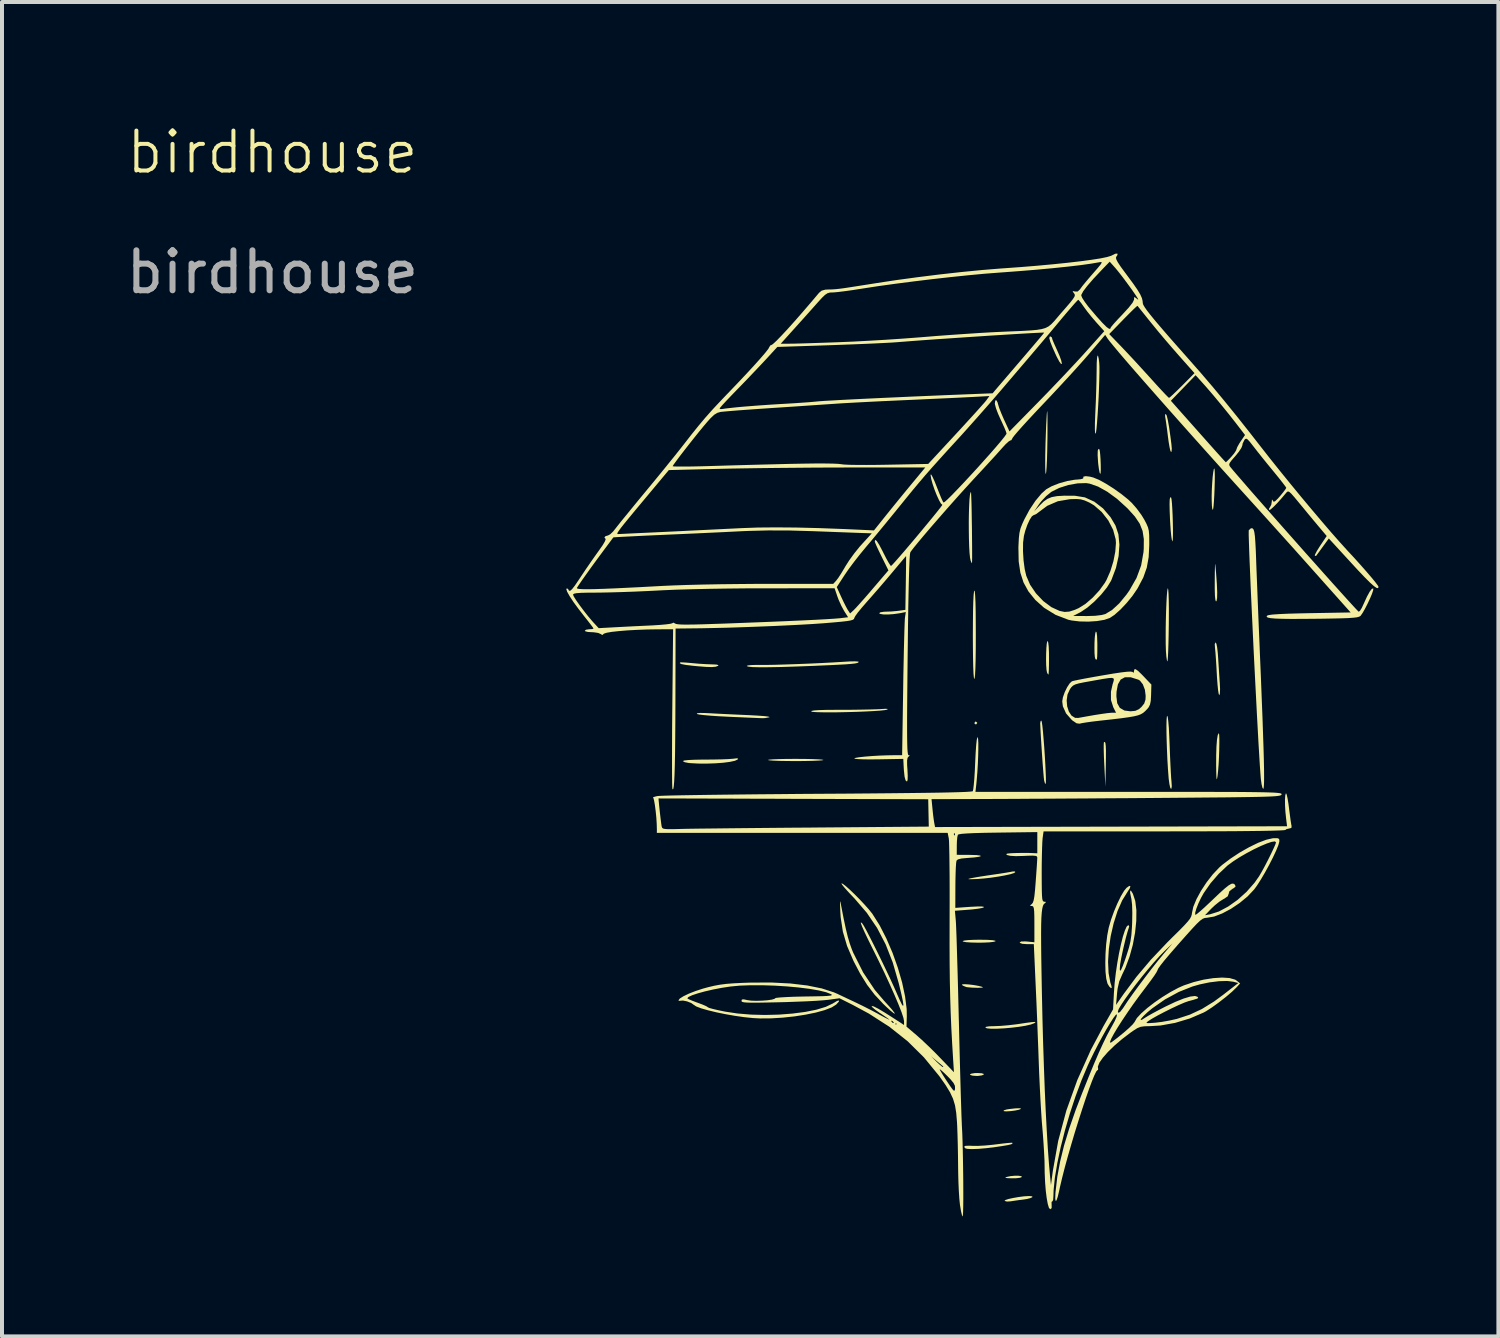
<source format=kicad_pcb>
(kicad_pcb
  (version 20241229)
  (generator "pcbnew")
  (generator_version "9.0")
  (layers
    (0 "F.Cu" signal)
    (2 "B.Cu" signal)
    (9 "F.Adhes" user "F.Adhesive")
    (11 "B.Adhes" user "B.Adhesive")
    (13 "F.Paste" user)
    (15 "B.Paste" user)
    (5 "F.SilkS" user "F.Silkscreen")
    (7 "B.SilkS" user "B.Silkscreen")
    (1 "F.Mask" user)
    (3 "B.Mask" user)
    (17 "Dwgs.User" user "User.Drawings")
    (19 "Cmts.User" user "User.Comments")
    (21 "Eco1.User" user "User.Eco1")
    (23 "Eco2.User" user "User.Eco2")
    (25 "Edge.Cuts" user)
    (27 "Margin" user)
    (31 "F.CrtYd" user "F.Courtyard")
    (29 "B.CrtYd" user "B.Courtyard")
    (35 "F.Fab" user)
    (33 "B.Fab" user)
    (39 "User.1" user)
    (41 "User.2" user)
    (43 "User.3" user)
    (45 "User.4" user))
  (footprint "birdhouse"
    (layer "F.Cu")
    (at 21.802 13.412)
    (property "Reference" "birdhouse" (at -18.034 -12.652 0) (unlocked yes) (layer "F.SilkS") (effects (font (size 1 1) (thickness 0.1))))
    (attr smd)
    (fp_poly (pts (xy -0.395 1.624) (xy -0.394 1.633) (xy -0.422 1.668) (xy -0.43 1.67) (xy -0.466 1.642) (xy -0.467 1.633) (xy -0.439 1.597) (xy -0.43 1.596)) (stroke (width 0) (type solid)) (fill yes) (layer "F.SilkS"))
    (fp_poly (pts (xy -0.281 10.399) (xy -0.229 10.417) (xy -0.229 10.429) (xy -0.276 10.452) (xy -0.369 10.465) (xy -0.414 10.466) (xy -0.512 10.459) (xy -0.57 10.44) (xy -0.577 10.429) (xy -0.544 10.409) (xy -0.459 10.395) (xy -0.391 10.393)) (stroke (width 0) (type solid)) (fill yes) (layer "F.SilkS"))
    (fp_poly (pts (xy 0.701 11.283) (xy 0.698 11.292) (xy 0.646 11.313) (xy 0.548 11.333) (xy 0.434 11.347) (xy 0.331 11.353) (xy 0.269 11.347) (xy 0.265 11.345) (xy 0.273 11.326) (xy 0.338 11.306) (xy 0.397 11.296) (xy 0.555 11.278) (xy 0.659 11.274)) (stroke (width 0) (type solid)) (fill yes) (layer "F.SilkS"))
    (fp_poly (pts (xy 0.708 12.974) (xy 0.724 12.995) (xy 0.724 12.995) (xy 0.678 13.014) (xy 0.582 13.026) (xy 0.475 13.028) (xy 0.358 13.024) (xy 0.309 13.015) (xy 0.322 13.001) (xy 0.339 12.995) (xy 0.434 12.974) (xy 0.541 12.964) (xy 0.639 12.964)) (stroke (width 0) (type solid)) (fill yes) (layer "F.SilkS"))
    (fp_poly (pts (xy 2.813 2.132) (xy 2.822 2.203) (xy 2.827 2.324) (xy 2.826 2.506) (xy 2.824 2.682) (xy 2.813 3.227) (xy 2.786 2.681) (xy 2.777 2.488) (xy 2.772 2.323) (xy 2.771 2.198) (xy 2.774 2.127) (xy 2.776 2.116) (xy 2.798 2.106)) (stroke (width 0) (type solid)) (fill yes) (layer "F.SilkS"))
    (fp_poly (pts (xy -0.599 8.177) (xy -0.481 8.191) (xy -0.365 8.212) (xy -0.285 8.232) (xy -0.25 8.248) (xy -0.276 8.257) (xy -0.371 8.26) (xy -0.394 8.26) (xy -0.521 8.256) (xy -0.628 8.247) (xy -0.669 8.241) (xy -0.747 8.209) (xy -0.778 8.187) (xy -0.766 8.173) (xy -0.7 8.17)) (stroke (width 0) (type solid)) (fill yes) (layer "F.SilkS"))
    (fp_poly (pts (xy 2.662 -5.218) (xy 2.674 -5.173) (xy 2.684 -5.079) (xy 2.692 -4.957) (xy 2.697 -4.828) (xy 2.698 -4.711) (xy 2.694 -4.628) (xy 2.685 -4.598) (xy 2.669 -4.632) (xy 2.651 -4.721) (xy 2.634 -4.85) (xy 2.63 -4.893) (xy 2.619 -5.071) (xy 2.622 -5.184) (xy 2.641 -5.229)) (stroke (width 0) (type solid)) (fill yes) (layer "F.SilkS"))
    (fp_poly (pts (xy -0.139 7.06) (xy -0.006 7.069) (xy 0.059 7.083) (xy 0.065 7.094) (xy 0.02 7.109) (xy -0.083 7.122) (xy -0.231 7.129) (xy -0.359 7.131) (xy -0.54 7.127) (xy -0.673 7.118) (xy -0.747 7.104) (xy -0.76 7.094) (xy -0.725 7.078) (xy -0.625 7.066) (xy -0.47 7.059) (xy -0.337 7.057)) (stroke (width 0) (type solid)) (fill yes) (layer "F.SilkS"))
    (fp_poly (pts (xy 5.568 -2.295) (xy 5.577 -2.192) (xy 5.583 -2.124) (xy 5.603 -1.845) (xy 5.612 -1.637) (xy 5.609 -1.497) (xy 5.596 -1.423) (xy 5.581 -1.409) (xy 5.566 -1.445) (xy 5.555 -1.548) (xy 5.55 -1.712) (xy 5.55 -1.932) (xy 5.552 -2.134) (xy 5.555 -2.268) (xy 5.557 -2.337) (xy 5.562 -2.344)) (stroke (width 0) (type solid)) (fill yes) (layer "F.SilkS"))
    (fp_poly (pts (xy 0.98 13.479) (xy 0.987 13.498) (xy 0.942 13.522) (xy 0.853 13.545) (xy 0.771 13.558) (xy 0.629 13.576) (xy 0.493 13.596) (xy 0.445 13.604) (xy 0.351 13.61) (xy 0.294 13.595) (xy 0.29 13.59) (xy 0.313 13.57) (xy 0.391 13.545) (xy 0.506 13.52) (xy 0.64 13.497) (xy 0.776 13.479) (xy 0.895 13.472) (xy 0.911 13.472)) (stroke (width 0) (type solid)) (fill yes) (layer "F.SilkS"))
    (fp_poly (pts (xy 1.382 -0.385) (xy 1.394 -0.285) (xy 1.401 -0.13) (xy 1.402 0.002) (xy 1.401 0.168) (xy 1.398 0.303) (xy 1.393 0.393) (xy 1.388 0.423) (xy 1.364 0.395) (xy 1.351 0.365) (xy 1.339 0.297) (xy 1.331 0.185) (xy 1.328 0.046) (xy 1.33 -0.101) (xy 1.336 -0.238) (xy 1.345 -0.348) (xy 1.358 -0.411) (xy 1.366 -0.42)) (stroke (width 0) (type solid)) (fill yes) (layer "F.SilkS"))
    (fp_poly (pts (xy 2.593 -0.635) (xy 2.605 -0.543) (xy 2.611 -0.386) (xy 2.612 -0.312) (xy 2.611 -0.139) (xy 2.608 -0.029) (xy 2.602 0.03) (xy 2.59 0.05) (xy 2.571 0.04) (xy 2.563 0.032) (xy 2.549 -0.017) (xy 2.541 -0.117) (xy 2.539 -0.247) (xy 2.541 -0.387) (xy 2.548 -0.515) (xy 2.56 -0.613) (xy 2.575 -0.658) (xy 2.575 -0.658)) (stroke (width 0) (type solid)) (fill yes) (layer "F.SilkS"))
    (fp_poly (pts (xy 4.347 -6.064) (xy 4.374 -5.955) (xy 4.407 -5.774) (xy 4.443 -5.52) (xy 4.466 -5.34) (xy 4.475 -5.229) (xy 4.468 -5.161) (xy 4.457 -5.148) (xy 4.439 -5.182) (xy 4.418 -5.274) (xy 4.395 -5.41) (xy 4.377 -5.546) (xy 4.356 -5.717) (xy 4.335 -5.867) (xy 4.319 -5.977) (xy 4.31 -6.023) (xy 4.307 -6.084) (xy 4.324 -6.101)) (stroke (width 0) (type solid)) (fill yes) (layer "F.SilkS"))
    (fp_poly (pts (xy -7.695 0.12) (xy -7.565 0.131) (xy -7.541 0.133) (xy -7.366 0.149) (xy -7.182 0.16) (xy -7.046 0.165) (xy -6.925 0.17) (xy -6.872 0.183) (xy -6.881 0.203) (xy -6.939 0.224) (xy -7.036 0.233) (xy -7.18 0.229) (xy -7.383 0.213) (xy -7.518 0.2) (xy -7.69 0.179) (xy -7.794 0.159) (xy -7.838 0.138) (xy -7.831 0.117) (xy -7.79 0.115)) (stroke (width 0) (type solid)) (fill yes) (layer "F.SilkS"))
    (fp_poly (pts (xy 1.474 -8.017) (xy 1.476 -8.006) (xy 1.49 -7.957) (xy 1.53 -7.861) (xy 1.587 -7.735) (xy 1.606 -7.693) (xy 1.665 -7.558) (xy 1.707 -7.442) (xy 1.723 -7.366) (xy 1.722 -7.355) (xy 1.702 -7.354) (xy 1.659 -7.414) (xy 1.597 -7.53) (xy 1.572 -7.583) (xy 1.485 -7.777) (xy 1.432 -7.913) (xy 1.41 -7.998) (xy 1.419 -8.038) (xy 1.435 -8.043)) (stroke (width 0) (type solid)) (fill yes) (layer "F.SilkS"))
    (fp_poly (pts (xy 5.544 -4.726) (xy 5.55 -4.661) (xy 5.552 -4.544) (xy 5.55 -4.393) (xy 5.545 -4.225) (xy 5.538 -4.056) (xy 5.529 -3.903) (xy 5.519 -3.783) (xy 5.508 -3.713) (xy 5.504 -3.702) (xy 5.489 -3.72) (xy 5.479 -3.802) (xy 5.474 -3.941) (xy 5.473 -4.05) (xy 5.477 -4.211) (xy 5.486 -4.371) (xy 5.497 -4.517) (xy 5.511 -4.636) (xy 5.525 -4.714) (xy 5.538 -4.739)) (stroke (width 0) (type solid)) (fill yes) (layer "F.SilkS"))
    (fp_poly (pts (xy 4.458 -4.009) (xy 4.469 -3.964) (xy 4.479 -3.864) (xy 4.488 -3.725) (xy 4.496 -3.561) (xy 4.501 -3.388) (xy 4.504 -3.222) (xy 4.504 -3.077) (xy 4.501 -2.97) (xy 4.494 -2.916) (xy 4.491 -2.912) (xy 4.477 -2.947) (xy 4.462 -3.042) (xy 4.448 -3.185) (xy 4.436 -3.364) (xy 4.431 -3.449) (xy 4.422 -3.68) (xy 4.419 -3.845) (xy 4.422 -3.952) (xy 4.432 -4.006) (xy 4.449 -4.017)) (stroke (width 0) (type solid)) (fill yes) (layer "F.SilkS"))
    (fp_poly (pts (xy 5.661 1.923) (xy 5.665 2.016) (xy 5.665 2.151) (xy 5.662 2.314) (xy 5.656 2.489) (xy 5.647 2.663) (xy 5.635 2.819) (xy 5.622 2.943) (xy 5.618 2.971) (xy 5.606 3.033) (xy 5.598 3.042) (xy 5.592 2.994) (xy 5.588 2.883) (xy 5.585 2.704) (xy 5.585 2.692) (xy 5.586 2.436) (xy 5.593 2.22) (xy 5.606 2.052) (xy 5.624 1.94) (xy 5.647 1.891) (xy 5.652 1.889)) (stroke (width 0) (type solid)) (fill yes) (layer "F.SilkS"))
    (fp_poly (pts (xy 0.483 12.139) (xy 0.489 12.158) (xy 0.455 12.177) (xy 0.371 12.197) (xy 0.229 12.221) (xy 0.08 12.243) (xy -0.157 12.273) (xy -0.364 12.291) (xy -0.531 12.297) (xy -0.647 12.291) (xy -0.699 12.274) (xy -0.722 12.236) (xy -0.69 12.216) (xy -0.597 12.212) (xy -0.513 12.216) (xy -0.383 12.217) (xy -0.209 12.208) (xy -0.019 12.19) (xy 0.083 12.178) (xy 0.242 12.158) (xy 0.372 12.144) (xy 0.458 12.138)) (stroke (width 0) (type solid)) (fill yes) (layer "F.SilkS"))
    (fp_poly (pts (xy 0.548 5.349) (xy 0.559 5.365) (xy 0.525 5.389) (xy 0.432 5.418) (xy 0.295 5.448) (xy 0.128 5.478) (xy -0.055 5.505) (xy -0.239 5.525) (xy -0.394 5.537) (xy -0.535 5.542) (xy -0.607 5.542) (xy -0.615 5.535) (xy -0.564 5.521) (xy -0.559 5.519) (xy -0.462 5.501) (xy -0.315 5.476) (xy -0.138 5.449) (xy 0.01 5.427) (xy 0.183 5.402) (xy 0.333 5.378) (xy 0.444 5.359) (xy 0.495 5.348)) (stroke (width 0) (type solid)) (fill yes) (layer "F.SilkS"))
    (fp_poly (pts (xy 1.064 9.119) (xy 1.051 9.134) (xy 1.029 9.148) (xy 0.944 9.18) (xy 0.812 9.21) (xy 0.646 9.237) (xy 0.462 9.259) (xy 0.276 9.275) (xy 0.102 9.284) (xy -0.044 9.285) (xy -0.148 9.275) (xy -0.192 9.257) (xy -0.172 9.236) (xy -0.085 9.223) (xy 0.035 9.22) (xy 0.187 9.214) (xy 0.378 9.198) (xy 0.575 9.175) (xy 0.648 9.165) (xy 0.839 9.136) (xy 0.966 9.12) (xy 1.038 9.114)) (stroke (width 0) (type solid)) (fill yes) (layer "F.SilkS"))
    (fp_poly (pts (xy -6.378 2.527) (xy -6.388 2.544) (xy -6.455 2.577) (xy -6.58 2.605) (xy -6.749 2.627) (xy -6.948 2.642) (xy -7.163 2.649) (xy -7.379 2.648) (xy -7.581 2.637) (xy -7.623 2.632) (xy -7.712 2.615) (xy -7.758 2.59) (xy -7.761 2.584) (xy -7.726 2.571) (xy -7.628 2.56) (xy -7.478 2.553) (xy -7.285 2.549) (xy -7.202 2.549) (xy -6.994 2.547) (xy -6.8 2.543) (xy -6.638 2.537) (xy -6.524 2.529) (xy -6.496 2.526) (xy -6.406 2.516)) (stroke (width 0) (type solid)) (fill yes) (layer "F.SilkS"))
    (fp_poly (pts (xy -4.722 2.532) (xy -4.532 2.536) (xy -4.382 2.542) (xy -4.281 2.549) (xy -4.242 2.558) (xy -4.242 2.558) (xy -4.277 2.567) (xy -4.374 2.574) (xy -4.521 2.58) (xy -4.708 2.584) (xy -4.924 2.586) (xy -4.939 2.586) (xy -5.155 2.584) (xy -5.345 2.581) (xy -5.495 2.575) (xy -5.596 2.567) (xy -5.635 2.559) (xy -5.635 2.558) (xy -5.6 2.55) (xy -5.503 2.542) (xy -5.356 2.536) (xy -5.169 2.532) (xy -4.953 2.531) (xy -4.939 2.531)) (stroke (width 0) (type solid)) (fill yes) (layer "F.SilkS"))
    (fp_poly (pts (xy -0.455 -1.656) (xy -0.446 -1.555) (xy -0.438 -1.382) (xy -0.433 -1.139) (xy -0.431 -0.827) (xy -0.43 -0.587) (xy -0.431 -0.237) (xy -0.435 0.05) (xy -0.441 0.273) (xy -0.449 0.428) (xy -0.459 0.515) (xy -0.467 0.533) (xy -0.478 0.497) (xy -0.488 0.39) (xy -0.495 0.214) (xy -0.5 -0.027) (xy -0.503 -0.332) (xy -0.504 -0.564) (xy -0.502 -0.901) (xy -0.499 -1.183) (xy -0.493 -1.406) (xy -0.485 -1.566) (xy -0.475 -1.66) (xy -0.467 -1.684)) (stroke (width 0) (type solid)) (fill yes) (layer "F.SilkS"))
    (fp_poly (pts (xy 1.36 -6.145) (xy 1.363 -6.052) (xy 1.364 -5.907) (xy 1.364 -5.719) (xy 1.363 -5.498) (xy 1.361 -5.395) (xy 1.357 -5.162) (xy 1.351 -4.956) (xy 1.343 -4.788) (xy 1.334 -4.667) (xy 1.325 -4.604) (xy 1.321 -4.598) (xy 1.313 -4.633) (xy 1.308 -4.73) (xy 1.307 -4.88) (xy 1.308 -5.071) (xy 1.313 -5.292) (xy 1.315 -5.377) (xy 1.323 -5.608) (xy 1.331 -5.814) (xy 1.34 -5.983) (xy 1.347 -6.105) (xy 1.354 -6.168) (xy 1.356 -6.174)) (stroke (width 0) (type solid)) (fill yes) (layer "F.SilkS"))
    (fp_poly (pts (xy 5.592 -0.349) (xy 5.611 -0.254) (xy 5.627 -0.111) (xy 5.633 -0.026) (xy 5.646 0.176) (xy 5.66 0.394) (xy 5.673 0.59) (xy 5.676 0.634) (xy 5.683 0.786) (xy 5.679 0.89) (xy 5.666 0.936) (xy 5.662 0.936) (xy 5.648 0.902) (xy 5.633 0.807) (xy 5.619 0.665) (xy 5.606 0.489) (xy 5.602 0.414) (xy 5.591 0.213) (xy 5.579 0.027) (xy 5.568 -0.127) (xy 5.558 -0.229) (xy 5.556 -0.246) (xy 5.55 -0.341) (xy 5.568 -0.382) (xy 5.573 -0.383)) (stroke (width 0) (type solid)) (fill yes) (layer "F.SilkS"))
    (fp_poly (pts (xy 4.386 -1.704) (xy 4.394 -1.602) (xy 4.399 -1.442) (xy 4.402 -1.229) (xy 4.401 -0.972) (xy 4.4 -0.823) (xy 4.396 -0.572) (xy 4.391 -0.348) (xy 4.385 -0.16) (xy 4.378 -0.017) (xy 4.371 0.07) (xy 4.365 0.093) (xy 4.352 0.06) (xy 4.339 -0.029) (xy 4.329 -0.154) (xy 4.328 -0.172) (xy 4.323 -0.338) (xy 4.322 -0.533) (xy 4.323 -0.747) (xy 4.327 -0.967) (xy 4.333 -1.181) (xy 4.341 -1.376) (xy 4.35 -1.541) (xy 4.36 -1.663) (xy 4.371 -1.73) (xy 4.377 -1.739)) (stroke (width 0) (type solid)) (fill yes) (layer "F.SilkS"))
    (fp_poly (pts (xy -2.633 1.282) (xy -2.649 1.298) (xy -2.712 1.311) (xy -2.833 1.324) (xy -2.998 1.335) (xy -3.197 1.345) (xy -3.418 1.354) (xy -3.648 1.36) (xy -3.875 1.365) (xy -4.088 1.366) (xy -4.274 1.365) (xy -4.421 1.361) (xy -4.517 1.354) (xy -4.551 1.344) (xy -4.538 1.33) (xy -4.475 1.318) (xy -4.357 1.31) (xy -4.179 1.305) (xy -3.934 1.303) (xy -3.81 1.303) (xy -3.563 1.302) (xy -3.324 1.299) (xy -3.111 1.295) (xy -2.937 1.29) (xy -2.819 1.285) (xy -2.809 1.284) (xy -2.685 1.277)) (stroke (width 0) (type solid)) (fill yes) (layer "F.SilkS"))
    (fp_poly (pts (xy -0.547 -4.106) (xy -0.543 -4.008) (xy -0.538 -3.86) (xy -0.534 -3.677) (xy -0.531 -3.47) (xy -0.527 -3.25) (xy -0.525 -3.031) (xy -0.523 -2.824) (xy -0.522 -2.642) (xy -0.522 -2.496) (xy -0.524 -2.399) (xy -0.527 -2.362) (xy -0.527 -2.362) (xy -0.543 -2.391) (xy -0.558 -2.426) (xy -0.574 -2.499) (xy -0.587 -2.622) (xy -0.596 -2.786) (xy -0.602 -2.978) (xy -0.605 -3.186) (xy -0.606 -3.4) (xy -0.603 -3.607) (xy -0.597 -3.796) (xy -0.589 -3.955) (xy -0.577 -4.073) (xy -0.563 -4.138) (xy -0.551 -4.144)) (stroke (width 0) (type solid)) (fill yes) (layer "F.SilkS"))
    (fp_poly (pts (xy 1.223 1.614) (xy 1.237 1.714) (xy 1.252 1.862) (xy 1.267 2.043) (xy 1.283 2.245) (xy 1.297 2.455) (xy 1.309 2.659) (xy 1.318 2.844) (xy 1.324 2.997) (xy 1.324 3.106) (xy 1.32 3.157) (xy 1.319 3.158) (xy 1.3 3.142) (xy 1.281 3.073) (xy 1.278 3.057) (xy 1.27 2.983) (xy 1.259 2.851) (xy 1.245 2.677) (xy 1.231 2.478) (xy 1.217 2.269) (xy 1.204 2.065) (xy 1.193 1.883) (xy 1.186 1.738) (xy 1.182 1.646) (xy 1.182 1.639) (xy 1.193 1.582) (xy 1.212 1.574)) (stroke (width 0) (type solid)) (fill yes) (layer "F.SilkS"))
    (fp_poly (pts (xy 2.629 -7.557) (xy 2.646 -7.485) (xy 2.659 -7.384) (xy 2.664 -7.287) (xy 2.664 -7.14) (xy 2.66 -6.955) (xy 2.653 -6.744) (xy 2.644 -6.521) (xy 2.632 -6.296) (xy 2.619 -6.084) (xy 2.605 -5.896) (xy 2.592 -5.745) (xy 2.579 -5.644) (xy 2.568 -5.606) (xy 2.556 -5.626) (xy 2.55 -5.715) (xy 2.551 -5.869) (xy 2.559 -6.085) (xy 2.563 -6.174) (xy 2.574 -6.419) (xy 2.583 -6.677) (xy 2.59 -6.923) (xy 2.593 -7.13) (xy 2.594 -7.189) (xy 2.596 -7.374) (xy 2.604 -7.499) (xy 2.615 -7.561)) (stroke (width 0) (type solid)) (fill yes) (layer "F.SilkS"))
    (fp_poly (pts (xy 4.374 1.485) (xy 4.387 1.588) (xy 4.401 1.751) (xy 4.412 1.969) (xy 4.421 2.192) (xy 4.43 2.43) (xy 4.44 2.655) (xy 4.45 2.852) (xy 4.459 3.006) (xy 4.468 3.103) (xy 4.468 3.108) (xy 4.475 3.218) (xy 4.464 3.276) (xy 4.455 3.282) (xy 4.435 3.249) (xy 4.415 3.159) (xy 4.398 3.032) (xy 4.395 3) (xy 4.379 2.786) (xy 4.365 2.556) (xy 4.355 2.321) (xy 4.347 2.093) (xy 4.342 1.883) (xy 4.341 1.702) (xy 4.344 1.562) (xy 4.351 1.475) (xy 4.36 1.45)) (stroke (width 0) (type solid)) (fill yes) (layer "F.SilkS"))
    (fp_poly (pts (xy -7.18 1.384) (xy -7.064 1.39) (xy -6.884 1.4) (xy -6.657 1.411) (xy -6.407 1.423) (xy -6.162 1.434) (xy -6.093 1.437) (xy -5.891 1.448) (xy -5.735 1.459) (xy -5.632 1.471) (xy -5.59 1.483) (xy -5.598 1.489) (xy -5.699 1.509) (xy -5.763 1.513) (xy -5.821 1.511) (xy -5.939 1.506) (xy -6.107 1.499) (xy -6.312 1.49) (xy -6.541 1.48) (xy -6.606 1.477) (xy -6.845 1.465) (xy -7.055 1.451) (xy -7.227 1.436) (xy -7.348 1.422) (xy -7.408 1.408) (xy -7.413 1.405) (xy -7.402 1.389) (xy -7.325 1.381)) (stroke (width 0) (type solid)) (fill yes) (layer "F.SilkS"))
    (fp_poly (pts (xy -3.815 6.126) (xy -3.799 6.21) (xy -3.798 6.214) (xy -3.738 6.526) (xy -3.684 6.779) (xy -3.634 6.984) (xy -3.583 7.156) (xy -3.529 7.307) (xy -3.497 7.384) (xy -3.248 7.878) (xy -2.957 8.314) (xy -2.725 8.586) (xy -2.613 8.708) (xy -2.524 8.81) (xy -2.469 8.882) (xy -2.455 8.911) (xy -2.487 8.895) (xy -2.56 8.837) (xy -2.66 8.746) (xy -2.747 8.663) (xy -2.962 8.433) (xy -3.15 8.187) (xy -3.324 7.907) (xy -3.491 7.589) (xy -3.652 7.214) (xy -3.757 6.857) (xy -3.812 6.496) (xy -3.821 6.361) (xy -3.827 6.205) (xy -3.828 6.118) (xy -3.825 6.093)) (stroke (width 0) (type solid)) (fill yes) (layer "F.SilkS"))
    (fp_poly (pts (xy 3.439 5.716) (xy 3.425 5.768) (xy 3.368 5.857) (xy 3.233 6.074) (xy 3.116 6.342) (xy 3.02 6.645) (xy 2.946 6.966) (xy 2.899 7.292) (xy 2.88 7.606) (xy 2.893 7.892) (xy 2.939 8.137) (xy 2.962 8.203) (xy 2.973 8.259) (xy 2.952 8.267) (xy 2.914 8.233) (xy 2.872 8.166) (xy 2.864 8.148) (xy 2.834 8.029) (xy 2.816 7.856) (xy 2.811 7.644) (xy 2.816 7.412) (xy 2.832 7.175) (xy 2.859 6.952) (xy 2.896 6.758) (xy 2.899 6.746) (xy 2.956 6.551) (xy 3.03 6.346) (xy 3.114 6.147) (xy 3.2 5.97) (xy 3.281 5.833) (xy 3.342 5.759) (xy 3.41 5.71)) (stroke (width 0) (type solid)) (fill yes) (layer "F.SilkS"))
    (fp_poly (pts (xy -3.377 0.095) (xy -3.362 0.102) (xy -3.37 0.118) (xy -3.398 0.131) (xy -3.453 0.143) (xy -3.544 0.153) (xy -3.677 0.164) (xy -3.859 0.174) (xy -4.099 0.186) (xy -4.404 0.199) (xy -4.462 0.202) (xy -4.911 0.219) (xy -5.289 0.231) (xy -5.598 0.237) (xy -5.837 0.238) (xy -6.011 0.234) (xy -6.119 0.223) (xy -6.164 0.208) (xy -6.164 0.207) (xy -6.14 0.193) (xy -6.055 0.183) (xy -5.924 0.179) (xy -5.846 0.18) (xy -5.679 0.18) (xy -5.455 0.176) (xy -5.188 0.168) (xy -4.895 0.158) (xy -4.589 0.146) (xy -4.286 0.132) (xy -4.003 0.117) (xy -3.753 0.102) (xy -3.72 0.1) (xy -3.568 0.091) (xy -3.449 0.09)) (stroke (width 0) (type solid)) (fill yes) (layer "F.SilkS"))
    (fp_poly (pts (xy 6.503 -3.234) (xy 6.524 -3.204) (xy 6.541 -3.143) (xy 6.555 -3.044) (xy 6.566 -2.897) (xy 6.577 -2.695) (xy 6.587 -2.428) (xy 6.587 -2.417) (xy 6.593 -2.255) (xy 6.602 -2.031) (xy 6.613 -1.756) (xy 6.625 -1.439) (xy 6.639 -1.093) (xy 6.654 -0.729) (xy 6.67 -0.356) (xy 6.679 -0.126) (xy 6.705 0.486) (xy 6.726 1.028) (xy 6.745 1.503) (xy 6.759 1.914) (xy 6.771 2.265) (xy 6.779 2.558) (xy 6.784 2.796) (xy 6.785 2.983) (xy 6.784 3.122) (xy 6.779 3.216) (xy 6.772 3.269) (xy 6.763 3.282) (xy 6.742 3.249) (xy 6.721 3.16) (xy 6.704 3.035) (xy 6.702 3.016) (xy 6.691 2.871) (xy 6.677 2.668) (xy 6.662 2.416) (xy 6.644 2.12) (xy 6.626 1.787) (xy 6.606 1.425) (xy 6.586 1.038) (xy 6.565 0.634) (xy 6.544 0.22) (xy 6.523 -0.198) (xy 6.503 -0.614) (xy 6.484 -1.021) (xy 6.466 -1.412) (xy 6.449 -1.781) (xy 6.435 -2.121) (xy 6.422 -2.426) (xy 6.412 -2.689) (xy 6.405 -2.903) (xy 6.4 -3.063) (xy 6.4 -3.161) (xy 6.401 -3.19) (xy 6.45 -3.237) (xy 6.476 -3.242)) (stroke (width 0) (type solid)) (fill yes) (layer "F.SilkS"))
    (fp_poly (pts (xy 3.631 0.329) (xy 3.729 0.424) (xy 3.777 0.474) (xy 3.964 0.671) (xy 3.957 0.929) (xy 3.949 1.075) (xy 3.93 1.171) (xy 3.895 1.241) (xy 3.858 1.285) (xy 3.808 1.337) (xy 3.759 1.379) (xy 3.702 1.413) (xy 3.628 1.441) (xy 3.527 1.466) (xy 3.391 1.489) (xy 3.21 1.514) (xy 2.975 1.542) (xy 2.676 1.575) (xy 2.667 1.576) (xy 2.49 1.597) (xy 2.337 1.618) (xy 2.223 1.637) (xy 2.167 1.65) (xy 2.094 1.641) (xy 1.988 1.57) (xy 1.969 1.553) (xy 1.829 1.393) (xy 1.749 1.216) (xy 1.733 1.093) (xy 1.737 1.067) (xy 1.844 1.067) (xy 1.856 1.214) (xy 1.898 1.346) (xy 1.965 1.448) (xy 2.054 1.504) (xy 2.133 1.506) (xy 2.211 1.492) (xy 2.339 1.469) (xy 2.493 1.442) (xy 2.552 1.432) (xy 2.711 1.407) (xy 2.854 1.387) (xy 2.956 1.377) (xy 2.979 1.376) (xy 3.08 1.376) (xy 3.011 1.24) (xy 2.952 1.056) (xy 2.952 0.962) (xy 3.088 0.962) (xy 3.109 1.137) (xy 3.175 1.255) (xy 3.29 1.321) (xy 3.438 1.34) (xy 3.561 1.329) (xy 3.651 1.288) (xy 3.714 1.233) (xy 3.785 1.145) (xy 3.816 1.051) (xy 3.821 0.954) (xy 3.802 0.801) (xy 3.751 0.666) (xy 3.678 0.572) (xy 3.64 0.549) (xy 3.45 0.489) (xy 3.302 0.488) (xy 3.195 0.546) (xy 3.126 0.667) (xy 3.092 0.85) (xy 3.088 0.962) (xy 2.952 0.962) (xy 2.952 0.849) (xy 2.993 0.667) (xy 3.015 0.596) (xy 3.026 0.547) (xy 3.016 0.516) (xy 2.975 0.504) (xy 2.895 0.509) (xy 2.766 0.528) (xy 2.578 0.561) (xy 2.467 0.581) (xy 2.277 0.615) (xy 2.146 0.642) (xy 2.059 0.668) (xy 2.002 0.698) (xy 1.962 0.736) (xy 1.926 0.786) (xy 1.865 0.919) (xy 1.844 1.067) (xy 1.737 1.067) (xy 1.75 0.99) (xy 1.794 0.865) (xy 1.854 0.741) (xy 1.919 0.641) (xy 1.975 0.589) (xy 2.032 0.574) (xy 2.148 0.55) (xy 2.312 0.518) (xy 2.511 0.482) (xy 2.733 0.443) (xy 2.757 0.439) (xy 3.018 0.395) (xy 3.214 0.366) (xy 3.353 0.35) (xy 3.442 0.346) (xy 3.489 0.353) (xy 3.499 0.361) (xy 3.522 0.377) (xy 3.528 0.341) (xy 3.537 0.291) (xy 3.569 0.286)) (stroke (width 0) (type solid)) (fill yes) (layer "F.SilkS"))
    (fp_poly (pts (xy 2.424 -4.533) (xy 2.508 -4.512) (xy 2.652 -4.453) (xy 2.83 -4.355) (xy 3.024 -4.232) (xy 3.215 -4.096) (xy 3.385 -3.959) (xy 3.478 -3.871) (xy 3.598 -3.733) (xy 3.717 -3.571) (xy 3.789 -3.453) (xy 3.843 -3.349) (xy 3.879 -3.264) (xy 3.9 -3.177) (xy 3.909 -3.07) (xy 3.911 -2.92) (xy 3.911 -2.82) (xy 3.896 -2.516) (xy 3.849 -2.255) (xy 3.763 -2.011) (xy 3.63 -1.758) (xy 3.613 -1.728) (xy 3.49 -1.548) (xy 3.343 -1.368) (xy 3.188 -1.204) (xy 3.04 -1.073) (xy 2.926 -0.997) (xy 2.787 -0.949) (xy 2.599 -0.918) (xy 2.385 -0.904) (xy 2.167 -0.909) (xy 1.968 -0.933) (xy 1.883 -0.952) (xy 1.566 -1.074) (xy 1.277 -1.252) (xy 1.059 -1.447) (xy 0.888 -1.659) (xy 0.765 -1.882) (xy 0.685 -2.129) (xy 0.643 -2.413) (xy 0.638 -2.665) (xy 0.751 -2.665) (xy 0.765 -2.435) (xy 0.794 -2.217) (xy 0.832 -2.053) (xy 0.929 -1.827) (xy 1.076 -1.611) (xy 1.258 -1.419) (xy 1.459 -1.268) (xy 1.665 -1.173) (xy 1.668 -1.172) (xy 1.792 -1.147) (xy 1.91 -1.155) (xy 2.047 -1.199) (xy 2.146 -1.243) (xy 2.315 -1.349) (xy 2.494 -1.503) (xy 2.662 -1.685) (xy 2.8 -1.875) (xy 2.841 -1.948) (xy 2.938 -2.169) (xy 3.013 -2.412) (xy 3.061 -2.655) (xy 3.077 -2.872) (xy 3.071 -2.963) (xy 3.007 -3.201) (xy 2.886 -3.436) (xy 2.722 -3.647) (xy 2.528 -3.816) (xy 2.412 -3.884) (xy 2.296 -3.936) (xy 2.198 -3.964) (xy 2.089 -3.973) (xy 1.938 -3.969) (xy 1.922 -3.968) (xy 1.623 -3.917) (xy 1.358 -3.803) (xy 1.16 -3.656) (xy 1.084 -3.598) (xy 1.023 -3.572) (xy 1.02 -3.572) (xy 0.973 -3.539) (xy 0.917 -3.451) (xy 0.859 -3.325) (xy 0.807 -3.177) (xy 0.774 -3.049) (xy 0.753 -2.879) (xy 0.751 -2.665) (xy 0.638 -2.665) (xy 0.636 -2.749) (xy 0.638 -2.809) (xy 0.647 -2.99) (xy 0.662 -3.124) (xy 0.688 -3.235) (xy 0.732 -3.349) (xy 0.784 -3.462) (xy 0.892 -3.663) (xy 1.029 -3.663) (xy 1.174 -3.818) (xy 1.269 -3.911) (xy 1.363 -3.977) (xy 1.471 -4.021) (xy 1.607 -4.046) (xy 1.784 -4.056) (xy 2.019 -4.055) (xy 2.053 -4.054) (xy 2.3 -4.014) (xy 2.536 -3.906) (xy 2.754 -3.738) (xy 2.943 -3.517) (xy 3.066 -3.309) (xy 3.139 -3.09) (xy 3.164 -2.83) (xy 3.144 -2.545) (xy 3.078 -2.249) (xy 2.968 -1.957) (xy 2.952 -1.922) (xy 2.853 -1.761) (xy 2.709 -1.583) (xy 2.54 -1.409) (xy 2.364 -1.257) (xy 2.202 -1.148) (xy 2.19 -1.141) (xy 2.007 -1.046) (xy 2.347 -1.044) (xy 2.556 -1.05) (xy 2.72 -1.07) (xy 2.811 -1.094) (xy 2.979 -1.195) (xy 3.158 -1.359) (xy 3.338 -1.577) (xy 3.414 -1.685) (xy 3.592 -1.996) (xy 3.708 -2.31) (xy 3.767 -2.645) (xy 3.773 -2.729) (xy 3.775 -2.97) (xy 3.744 -3.173) (xy 3.672 -3.355) (xy 3.551 -3.535) (xy 3.375 -3.73) (xy 3.348 -3.756) (xy 3.104 -3.978) (xy 2.861 -4.155) (xy 2.63 -4.284) (xy 2.421 -4.357) (xy 2.335 -4.371) (xy 2.121 -4.365) (xy 1.884 -4.323) (xy 1.657 -4.25) (xy 1.467 -4.156) (xy 1.45 -4.144) (xy 1.331 -4.046) (xy 1.211 -3.919) (xy 1.156 -3.847) (xy 1.029 -3.663) (xy 0.892 -3.663) (xy 0.915 -3.706) (xy 1.062 -3.927) (xy 1.212 -4.107) (xy 1.333 -4.216) (xy 1.471 -4.294) (xy 1.655 -4.366) (xy 1.856 -4.423) (xy 2.048 -4.456) (xy 2.1 -4.459) (xy 2.198 -4.469) (xy 2.254 -4.486) (xy 2.259 -4.496) (xy 2.262 -4.532) (xy 2.321 -4.545)) (stroke (width 0) (type solid)) (fill yes) (layer "F.SilkS"))
    (fp_poly (pts (xy -0.373 2.03) (xy -0.367 2.132) (xy -0.367 2.28) (xy -0.371 2.46) (xy -0.379 2.658) (xy -0.391 2.861) (xy -0.407 3.056) (xy -0.417 3.163) (xy -0.439 3.356) (xy 3.398 3.356) (xy 4.013 3.356) (xy 4.558 3.356) (xy 5.038 3.356) (xy 5.458 3.357) (xy 5.82 3.358) (xy 6.129 3.359) (xy 6.39 3.361) (xy 6.607 3.364) (xy 6.782 3.367) (xy 6.922 3.371) (xy 7.029 3.375) (xy 7.107 3.381) (xy 7.162 3.387) (xy 7.197 3.394) (xy 7.216 3.402) (xy 7.223 3.412) (xy 7.223 3.42) (xy 7.217 3.432) (xy 7.202 3.442) (xy 7.172 3.451) (xy 7.123 3.459) (xy 7.05 3.466) (xy 6.948 3.472) (xy 6.812 3.477) (xy 6.637 3.482) (xy 6.419 3.486) (xy 6.152 3.49) (xy 5.833 3.494) (xy 5.455 3.497) (xy 5.015 3.501) (xy 4.507 3.505) (xy 4.407 3.506) (xy 3.908 3.51) (xy 3.392 3.514) (xy 2.868 3.517) (xy 2.349 3.521) (xy 1.843 3.524) (xy 1.363 3.527) (xy 0.919 3.529) (xy 0.521 3.532) (xy 0.18 3.533) (xy 0.033 3.534) (xy -1.538 3.539) (xy -1.514 3.786) (xy -1.499 3.93) (xy -1.482 4.059) (xy -1.47 4.135) (xy -1.45 4.237) (xy 2.955 4.227) (xy 7.36 4.217) (xy 7.335 4.015) (xy 7.318 3.847) (xy 7.309 3.685) (xy 7.308 3.545) (xy 7.315 3.443) (xy 7.33 3.394) (xy 7.334 3.392) (xy 7.351 3.426) (xy 7.372 3.518) (xy 7.394 3.652) (xy 7.409 3.768) (xy 7.43 3.932) (xy 7.449 4.074) (xy 7.465 4.174) (xy 7.473 4.208) (xy 7.468 4.259) (xy 7.418 4.272) (xy 7.347 4.288) (xy 7.322 4.308) (xy 7.28 4.316) (xy 7.167 4.322) (xy 6.981 4.328) (xy 6.726 4.333) (xy 6.4 4.337) (xy 6.006 4.341) (xy 5.544 4.343) (xy 5.016 4.344) (xy 4.421 4.345) (xy 4.282 4.345) (xy 1.266 4.345) (xy 1.242 4.515) (xy 1.235 4.606) (xy 1.229 4.755) (xy 1.224 4.947) (xy 1.22 5.167) (xy 1.219 5.395) (xy 1.22 5.64) (xy 1.222 5.822) (xy 1.226 5.949) (xy 1.233 6.032) (xy 1.245 6.079) (xy 1.262 6.1) (xy 1.283 6.106) (xy 1.327 6.111) (xy 1.307 6.137) (xy 1.288 6.152) (xy 1.265 6.177) (xy 1.247 6.221) (xy 1.232 6.286) (xy 1.22 6.381) (xy 1.211 6.509) (xy 1.206 6.677) (xy 1.204 6.889) (xy 1.205 7.152) (xy 1.208 7.47) (xy 1.214 7.85) (xy 1.222 8.296) (xy 1.224 8.395) (xy 1.238 9.029) (xy 1.255 9.649) (xy 1.275 10.247) (xy 1.296 10.817) (xy 1.32 11.349) (xy 1.346 11.838) (xy 1.372 12.275) (xy 1.4 12.653) (xy 1.425 12.94) (xy 1.451 13.197) (xy 1.497 12.848) (xy 1.632 12.092) (xy 1.837 11.33) (xy 2.111 10.568) (xy 2.45 9.812) (xy 2.765 9.22) (xy 2.975 8.852) (xy 3.125 8.852) (xy 3.14 8.889) (xy 3.183 8.862) (xy 3.254 8.771) (xy 3.29 8.716) (xy 3.378 8.583) (xy 3.502 8.408) (xy 3.65 8.206) (xy 3.811 7.992) (xy 3.972 7.782) (xy 4.124 7.589) (xy 4.255 7.43) (xy 4.26 7.423) (xy 4.493 7.149) (xy 4.282 7.351) (xy 4.163 7.473) (xy 4.024 7.627) (xy 3.874 7.804) (xy 3.719 7.993) (xy 3.568 8.186) (xy 3.428 8.372) (xy 3.306 8.541) (xy 3.21 8.684) (xy 3.147 8.791) (xy 3.125 8.852) (xy 2.975 8.852) (xy 3.005 8.798) (xy 3.027 8.377) (xy 3.045 8.14) (xy 3.074 7.89) (xy 3.111 7.639) (xy 3.154 7.397) (xy 3.202 7.175) (xy 3.25 6.982) (xy 3.299 6.831) (xy 3.344 6.73) (xy 3.385 6.691) (xy 3.387 6.691) (xy 3.409 6.718) (xy 3.4 6.755) (xy 3.369 6.852) (xy 3.328 6.999) (xy 3.285 7.175) (xy 3.243 7.358) (xy 3.208 7.527) (xy 3.185 7.659) (xy 3.182 7.68) (xy 3.173 7.793) (xy 3.18 7.836) (xy 3.206 7.809) (xy 3.249 7.712) (xy 3.31 7.545) (xy 3.35 7.424) (xy 3.405 7.248) (xy 3.441 7.094) (xy 3.464 6.933) (xy 3.478 6.739) (xy 3.483 6.627) (xy 3.487 6.385) (xy 3.481 6.183) (xy 3.464 6.036) (xy 3.458 6.009) (xy 3.433 5.889) (xy 3.433 5.829) (xy 3.455 5.833) (xy 3.499 5.903) (xy 3.502 5.909) (xy 3.561 6.088) (xy 3.589 6.319) (xy 3.586 6.588) (xy 3.556 6.879) (xy 3.5 7.181) (xy 3.419 7.477) (xy 3.316 7.756) (xy 3.232 7.932) (xy 3.16 8.099) (xy 3.118 8.283) (xy 3.104 8.409) (xy 3.08 8.688) (xy 3.271 8.414) (xy 3.591 7.984) (xy 3.95 7.559) (xy 4.361 7.125) (xy 4.484 7.002) (xy 4.658 6.831) (xy 4.785 6.701) (xy 4.873 6.604) (xy 4.93 6.531) (xy 4.961 6.473) (xy 4.973 6.429) (xy 5.061 6.429) (xy 5.069 6.434) (xy 5.106 6.41) (xy 5.186 6.344) (xy 5.298 6.244) (xy 5.431 6.119) (xy 5.498 6.056) (xy 5.671 5.891) (xy 5.802 5.773) (xy 5.896 5.698) (xy 5.963 5.659) (xy 6.01 5.651) (xy 6.045 5.67) (xy 6.056 5.682) (xy 6.072 5.725) (xy 6.029 5.764) (xy 5.995 5.782) (xy 5.915 5.846) (xy 5.899 5.905) (xy 5.875 5.97) (xy 5.785 6.032) (xy 5.77 6.039) (xy 5.67 6.101) (xy 5.553 6.195) (xy 5.47 6.273) (xy 5.306 6.444) (xy 5.434 6.42) (xy 5.652 6.351) (xy 5.887 6.226) (xy 6.124 6.058) (xy 6.348 5.856) (xy 6.545 5.632) (xy 6.659 5.47) (xy 6.726 5.356) (xy 6.804 5.213) (xy 6.884 5.058) (xy 6.96 4.905) (xy 7.024 4.77) (xy 7.068 4.669) (xy 7.083 4.618) (xy 7.054 4.596) (xy 6.973 4.608) (xy 6.852 4.649) (xy 6.701 4.712) (xy 6.531 4.793) (xy 6.354 4.887) (xy 6.179 4.988) (xy 6.018 5.091) (xy 5.881 5.191) (xy 5.863 5.206) (xy 5.648 5.409) (xy 5.444 5.645) (xy 5.274 5.889) (xy 5.207 6.009) (xy 5.14 6.151) (xy 5.09 6.278) (xy 5.062 6.376) (xy 5.061 6.429) (xy 4.973 6.429) (xy 4.976 6.42) (xy 4.979 6.392) (xy 5.013 6.234) (xy 5.092 6.043) (xy 5.206 5.833) (xy 5.345 5.621) (xy 5.501 5.421) (xy 5.662 5.25) (xy 5.734 5.186) (xy 5.947 5.025) (xy 6.178 4.873) (xy 6.413 4.74) (xy 6.637 4.631) (xy 6.838 4.555) (xy 7 4.518) (xy 7.026 4.516) (xy 7.121 4.516) (xy 7.161 4.535) (xy 7.168 4.584) (xy 7.166 4.602) (xy 7.142 4.69) (xy 7.087 4.826) (xy 7.008 4.995) (xy 6.913 5.181) (xy 6.81 5.37) (xy 6.706 5.547) (xy 6.61 5.698) (xy 6.537 5.798) (xy 6.371 5.974) (xy 6.172 6.138) (xy 5.956 6.283) (xy 5.738 6.399) (xy 5.534 6.477) (xy 5.359 6.507) (xy 5.35 6.508) (xy 5.298 6.513) (xy 5.247 6.534) (xy 5.185 6.579) (xy 5.103 6.656) (xy 4.993 6.773) (xy 4.854 6.927) (xy 4.618 7.193) (xy 4.431 7.408) (xy 4.289 7.576) (xy 4.191 7.7) (xy 4.133 7.782) (xy 4.115 7.826) (xy 4.115 7.826) (xy 4.093 7.87) (xy 4.035 7.96) (xy 3.948 8.081) (xy 3.842 8.223) (xy 3.827 8.243) (xy 3.664 8.459) (xy 3.506 8.676) (xy 3.36 8.887) (xy 3.228 9.084) (xy 3.115 9.261) (xy 3.025 9.412) (xy 2.962 9.529) (xy 2.931 9.606) (xy 2.935 9.637) (xy 2.969 9.621) (xy 3.127 9.501) (xy 3.275 9.38) (xy 3.402 9.269) (xy 3.495 9.178) (xy 3.543 9.117) (xy 3.547 9.11) (xy 3.572 9.067) (xy 3.694 9.067) (xy 3.729 9.059) (xy 3.813 9.006) (xy 3.887 8.96) (xy 4.009 8.891) (xy 4.163 8.809) (xy 4.319 8.729) (xy 4.563 8.613) (xy 4.772 8.529) (xy 4.939 8.479) (xy 5.057 8.465) (xy 5.116 8.484) (xy 5.134 8.504) (xy 5.131 8.52) (xy 5.093 8.537) (xy 5.008 8.563) (xy 4.887 8.596) (xy 4.786 8.632) (xy 4.641 8.695) (xy 4.468 8.776) (xy 4.288 8.866) (xy 4.118 8.955) (xy 3.978 9.034) (xy 3.888 9.092) (xy 3.848 9.124) (xy 3.844 9.141) (xy 3.888 9.145) (xy 3.989 9.139) (xy 4.06 9.134) (xy 4.228 9.113) (xy 4.424 9.078) (xy 4.607 9.037) (xy 4.609 9.036) (xy 4.925 8.933) (xy 5.227 8.792) (xy 5.533 8.603) (xy 5.777 8.423) (xy 6.139 8.141) (xy 6.015 8.108) (xy 5.86 8.089) (xy 5.655 8.095) (xy 5.42 8.124) (xy 5.175 8.175) (xy 4.99 8.228) (xy 4.649 8.364) (xy 4.305 8.551) (xy 3.987 8.773) (xy 3.865 8.874) (xy 3.765 8.969) (xy 3.707 9.035) (xy 3.694 9.067) (xy 3.572 9.067) (xy 3.602 9.016) (xy 3.711 8.899) (xy 3.862 8.766) (xy 4.042 8.627) (xy 4.24 8.491) (xy 4.443 8.366) (xy 4.641 8.26) (xy 4.774 8.201) (xy 5.021 8.118) (xy 5.271 8.056) (xy 5.514 8.018) (xy 5.735 8.004) (xy 5.92 8.016) (xy 6.058 8.055) (xy 6.099 8.081) (xy 6.185 8.151) (xy 6.094 8.251) (xy 5.982 8.359) (xy 5.83 8.488) (xy 5.658 8.622) (xy 5.487 8.746) (xy 5.338 8.843) (xy 5.275 8.878) (xy 4.928 9.027) (xy 4.559 9.138) (xy 4.192 9.204) (xy 3.926 9.22) (xy 3.791 9.223) (xy 3.694 9.237) (xy 3.608 9.272) (xy 3.505 9.338) (xy 3.443 9.382) (xy 3.231 9.543) (xy 3.04 9.707) (xy 2.877 9.865) (xy 2.749 10.011) (xy 2.662 10.136) (xy 2.624 10.234) (xy 2.631 10.284) (xy 2.628 10.317) (xy 2.617 10.319) (xy 2.585 10.353) (xy 2.537 10.45) (xy 2.476 10.6) (xy 2.403 10.796) (xy 2.321 11.03) (xy 2.234 11.293) (xy 2.143 11.576) (xy 2.051 11.871) (xy 1.962 12.171) (xy 1.877 12.466) (xy 1.799 12.749) (xy 1.732 13.011) (xy 1.677 13.243) (xy 1.656 13.343) (xy 1.619 13.496) (xy 1.59 13.58) (xy 1.568 13.595) (xy 1.558 13.539) (xy 1.562 13.412) (xy 1.566 13.362) (xy 1.61 12.989) (xy 1.68 12.609) (xy 1.778 12.21) (xy 1.908 11.781) (xy 2.072 11.311) (xy 2.227 10.908) (xy 2.386 10.511) (xy 2.523 10.176) (xy 2.644 9.894) (xy 2.752 9.657) (xy 2.85 9.456) (xy 2.942 9.284) (xy 2.978 9.22) (xy 3.048 9.091) (xy 3.092 8.989) (xy 3.103 8.931) (xy 3.1 8.924) (xy 3.071 8.941) (xy 3.015 9.014) (xy 2.937 9.134) (xy 2.844 9.29) (xy 2.741 9.473) (xy 2.633 9.673) (xy 2.526 9.882) (xy 2.426 10.088) (xy 2.371 10.206) (xy 2.213 10.581) (xy 2.063 10.985) (xy 1.924 11.406) (xy 1.8 11.832) (xy 1.694 12.25) (xy 1.61 12.647) (xy 1.549 13.01) (xy 1.517 13.327) (xy 1.512 13.475) (xy 1.506 13.562) (xy 1.49 13.604) (xy 1.482 13.604) (xy 1.466 13.621) (xy 1.467 13.689) (xy 1.468 13.693) (xy 1.468 13.775) (xy 1.434 13.801) (xy 1.431 13.801) (xy 1.4 13.767) (xy 1.371 13.67) (xy 1.344 13.523) (xy 1.321 13.338) (xy 1.304 13.124) (xy 1.294 12.896) (xy 1.292 12.75) (xy 1.289 12.581) (xy 1.278 12.364) (xy 1.263 12.122) (xy 1.245 11.88) (xy 1.238 11.8) (xy 1.221 11.597) (xy 1.204 11.34) (xy 1.187 11.044) (xy 1.171 10.728) (xy 1.156 10.409) (xy 1.147 10.168) (xy 1.135 9.828) (xy 1.12 9.445) (xy 1.105 9.047) (xy 1.089 8.659) (xy 1.073 8.305) (xy 1.066 8.148) (xy 1.022 7.167) (xy 0.846 7.167) (xy 0.734 7.159) (xy 0.675 7.138) (xy 0.669 7.126) (xy 0.704 7.101) (xy 0.808 7.099) (xy 0.853 7.102) (xy 1.036 7.12) (xy 1.036 6.667) (xy 1.035 6.477) (xy 1.031 6.349) (xy 1.022 6.27) (xy 1.007 6.229) (xy 0.984 6.214) (xy 0.972 6.213) (xy 0.928 6.208) (xy 0.944 6.185) (xy 0.97 6.165) (xy 0.997 6.131) (xy 1.018 6.07) (xy 1.036 5.968) (xy 1.052 5.817) (xy 1.069 5.603) (xy 1.07 5.588) (xy 1.084 5.395) (xy 1.096 5.225) (xy 1.104 5.093) (xy 1.108 5.014) (xy 1.109 5.001) (xy 1.1 4.973) (xy 1.066 4.958) (xy 0.992 4.952) (xy 0.866 4.955) (xy 0.766 4.96) (xy 0.574 4.965) (xy 0.433 4.957) (xy 0.355 4.938) (xy 0.354 4.937) (xy 0.33 4.916) (xy 0.355 4.902) (xy 0.438 4.893) (xy 0.541 4.888) (xy 0.699 4.885) (xy 0.853 4.884) (xy 0.953 4.887) (xy 1.109 4.894) (xy 1.109 4.629) (xy 1.109 4.363) (xy 0.129 4.376) (xy -0.2 4.381) (xy -0.459 4.388) (xy -0.653 4.397) (xy -0.785 4.407) (xy -0.859 4.42) (xy -0.879 4.431) (xy -0.893 4.488) (xy -0.903 4.594) (xy -0.906 4.702) (xy -0.907 4.932) (xy -0.568 4.934) (xy -0.409 4.939) (xy -0.321 4.95) (xy -0.303 4.965) (xy -0.351 4.981) (xy -0.464 4.997) (xy -0.632 5.01) (xy -0.787 5.024) (xy -0.878 5.047) (xy -0.913 5.078) (xy -0.922 5.133) (xy -0.93 5.246) (xy -0.936 5.405) (xy -0.94 5.594) (xy -0.941 5.697) (xy -0.943 6.26) (xy -0.573 6.234) (xy -0.394 6.225) (xy -0.276 6.225) (xy -0.225 6.236) (xy -0.224 6.243) (xy -0.268 6.261) (xy -0.368 6.28) (xy -0.507 6.297) (xy -0.599 6.305) (xy -0.953 6.332) (xy -0.931 6.576) (xy -0.926 6.655) (xy -0.92 6.801) (xy -0.912 7.007) (xy -0.904 7.263) (xy -0.895 7.565) (xy -0.885 7.904) (xy -0.875 8.273) (xy -0.865 8.666) (xy -0.855 9.075) (xy -0.854 9.092) (xy -0.844 9.505) (xy -0.834 9.907) (xy -0.824 10.288) (xy -0.814 10.642) (xy -0.805 10.961) (xy -0.796 11.237) (xy -0.789 11.463) (xy -0.782 11.63) (xy -0.778 11.731) (xy -0.769 11.897) (xy -0.762 12.102) (xy -0.756 12.335) (xy -0.751 12.586) (xy -0.747 12.844) (xy -0.744 13.099) (xy -0.743 13.34) (xy -0.743 13.558) (xy -0.745 13.741) (xy -0.749 13.88) (xy -0.754 13.964) (xy -0.759 13.985) (xy -0.776 13.951) (xy -0.798 13.862) (xy -0.82 13.733) (xy -0.828 13.682) (xy -0.842 13.542) (xy -0.855 13.349) (xy -0.865 13.121) (xy -0.871 12.88) (xy -0.873 12.72) (xy -0.876 12.466) (xy -0.881 12.197) (xy -0.888 11.94) (xy -0.896 11.718) (xy -0.901 11.62) (xy -0.92 11.392) (xy -0.95 11.204) (xy -1 11.037) (xy -1.077 10.873) (xy -1.187 10.693) (xy -1.338 10.479) (xy -1.356 10.456) (xy -1.487 10.296) (xy -1.335 10.296) (xy -1.321 10.329) (xy -1.275 10.409) (xy -1.203 10.523) (xy -1.154 10.598) (xy -1.065 10.73) (xy -1.008 10.808) (xy -0.975 10.838) (xy -0.958 10.827) (xy -0.95 10.783) (xy -0.95 10.781) (xy -0.953 10.714) (xy -0.986 10.645) (xy -1.059 10.555) (xy -1.131 10.48) (xy -1.225 10.388) (xy -1.297 10.323) (xy -1.334 10.296) (xy -1.335 10.296) (xy -1.487 10.296) (xy -1.726 10.004) (xy -1.759 9.971) (xy -1.551 9.971) (xy -1.414 10.109) (xy -1.332 10.186) (xy -1.27 10.236) (xy -1.249 10.246) (xy -1.245 10.23) (xy -1.257 10.219) (xy -1.304 10.179) (xy -1.384 10.113) (xy -1.422 10.081) (xy -1.551 9.971) (xy -1.759 9.971) (xy -2.135 9.599) (xy -2.592 9.236) (xy -2.703 9.165) (xy -2.446 9.165) (xy -2.428 9.183) (xy -2.41 9.165) (xy -2.428 9.147) (xy -2.446 9.165) (xy -2.703 9.165) (xy -2.829 9.084) (xy -2.55 9.084) (xy -2.541 9.104) (xy -2.504 9.144) (xy -2.483 9.136) (xy -2.483 9.13) (xy -2.509 9.099) (xy -2.525 9.088) (xy -2.55 9.084) (xy -2.829 9.084) (xy -3.104 8.907) (xy -3.51 8.688) (xy -3.841 8.522) (xy -4.124 8.561) (xy -4.24 8.572) (xy -4.416 8.585) (xy -4.637 8.597) (xy -4.89 8.607) (xy -5.16 8.617) (xy -5.351 8.622) (xy -5.64 8.628) (xy -5.865 8.632) (xy -6.032 8.633) (xy -6.15 8.63) (xy -6.228 8.624) (xy -6.272 8.614) (xy -6.291 8.6) (xy -6.295 8.588) (xy -6.284 8.554) (xy -6.238 8.549) (xy -6.148 8.568) (xy -6.052 8.582) (xy -5.924 8.586) (xy -5.782 8.582) (xy -5.646 8.572) (xy -5.534 8.556) (xy -5.465 8.535) (xy -5.452 8.521) (xy -5.417 8.511) (xy -5.32 8.501) (xy -5.171 8.492) (xy -4.982 8.484) (xy -4.763 8.479) (xy -4.709 8.478) (xy -4.458 8.474) (xy -4.273 8.47) (xy -4.146 8.464) (xy -4.069 8.456) (xy -4.035 8.445) (xy -4.036 8.431) (xy -4.052 8.42) (xy -4.176 8.371) (xy -4.361 8.326) (xy -4.594 8.286) (xy -4.865 8.252) (xy -5.16 8.225) (xy -5.467 8.206) (xy -5.773 8.196) (xy -6.068 8.196) (xy -6.338 8.206) (xy -6.57 8.228) (xy -6.788 8.261) (xy -7.005 8.303) (xy -7.209 8.35) (xy -7.387 8.399) (xy -7.528 8.446) (xy -7.62 8.489) (xy -7.651 8.522) (xy -7.619 8.544) (xy -7.534 8.581) (xy -7.415 8.626) (xy -7.394 8.633) (xy -7.271 8.679) (xy -7.18 8.719) (xy -7.138 8.745) (xy -7.138 8.747) (xy -7.104 8.763) (xy -7.012 8.789) (xy -6.876 8.821) (xy -6.71 8.855) (xy -6.707 8.856) (xy -6.394 8.903) (xy -6.057 8.931) (xy -5.707 8.94) (xy -5.356 8.931) (xy -5.017 8.905) (xy -4.701 8.864) (xy -4.42 8.808) (xy -4.186 8.737) (xy -4.011 8.654) (xy -3.997 8.645) (xy -3.902 8.589) (xy -3.854 8.577) (xy -3.858 8.607) (xy -3.92 8.675) (xy -3.925 8.68) (xy -4.037 8.751) (xy -4.21 8.818) (xy -4.431 8.879) (xy -4.689 8.932) (xy -4.969 8.976) (xy -5.261 9.007) (xy -5.551 9.025) (xy -5.828 9.027) (xy -6.001 9.018) (xy -6.225 8.995) (xy -6.462 8.961) (xy -6.702 8.919) (xy -6.931 8.872) (xy -7.136 8.822) (xy -7.306 8.773) (xy -7.427 8.727) (xy -7.485 8.689) (xy -7.554 8.64) (xy -7.657 8.6) (xy -7.759 8.579) (xy -7.817 8.584) (xy -7.863 8.586) (xy -7.871 8.573) (xy -7.837 8.528) (xy -7.746 8.471) (xy -7.611 8.406) (xy -7.444 8.341) (xy -7.258 8.28) (xy -7.133 8.246) (xy -6.977 8.209) (xy -6.831 8.182) (xy -6.675 8.162) (xy -6.494 8.148) (xy -6.27 8.137) (xy -6.062 8.13) (xy -5.544 8.128) (xy -5.071 8.152) (xy -4.649 8.202) (xy -4.284 8.276) (xy -3.981 8.374) (xy -3.895 8.411) (xy -3.794 8.459) (xy -3.651 8.527) (xy -3.493 8.601) (xy -3.436 8.628) (xy -3.255 8.716) (xy -3.059 8.815) (xy -2.886 8.907) (xy -2.859 8.923) (xy -2.737 8.989) (xy -2.645 9.036) (xy -2.597 9.058) (xy -2.593 9.058) (xy -2.621 9.034) (xy -2.697 8.98) (xy -2.804 8.907) (xy -2.836 8.887) (xy -2.943 8.812) (xy -3.015 8.752) (xy -3.039 8.718) (xy -3.036 8.714) (xy -2.983 8.727) (xy -2.873 8.783) (xy -2.705 8.883) (xy -2.48 9.026) (xy -2.327 9.125) (xy -2.226 9.192) (xy -2.226 9.093) (xy -2.243 9.009) (xy -2.29 8.867) (xy -2.365 8.676) (xy -2.464 8.442) (xy -2.584 8.173) (xy -2.721 7.877) (xy -2.874 7.56) (xy -2.98 7.346) (xy -3.112 7.08) (xy -3.21 6.876) (xy -3.274 6.733) (xy -3.306 6.648) (xy -3.307 6.619) (xy -3.277 6.645) (xy -3.262 6.662) (xy -3.225 6.722) (xy -3.162 6.837) (xy -3.08 6.996) (xy -2.983 7.187) (xy -2.877 7.4) (xy -2.768 7.623) (xy -2.662 7.844) (xy -2.563 8.053) (xy -2.478 8.239) (xy -2.412 8.389) (xy -2.406 8.403) (xy -2.332 8.571) (xy -2.281 8.676) (xy -2.251 8.716) (xy -2.242 8.69) (xy -2.255 8.597) (xy -2.289 8.437) (xy -2.344 8.207) (xy -2.361 8.139) (xy -2.509 7.626) (xy -2.688 7.17) (xy -2.902 6.76) (xy -3.158 6.383) (xy -3.463 6.028) (xy -3.503 5.986) (xy -3.621 5.861) (xy -3.715 5.756) (xy -3.776 5.681) (xy -3.795 5.646) (xy -3.795 5.645) (xy -3.759 5.658) (xy -3.685 5.714) (xy -3.583 5.805) (xy -3.464 5.919) (xy -3.339 6.045) (xy -3.217 6.175) (xy -3.109 6.296) (xy -3.027 6.398) (xy -3.016 6.413) (xy -2.836 6.698) (xy -2.668 7.027) (xy -2.514 7.385) (xy -2.382 7.756) (xy -2.275 8.125) (xy -2.2 8.476) (xy -2.16 8.795) (xy -2.157 8.977) (xy -2.165 9.232) (xy -1.912 9.447) (xy -1.784 9.561) (xy -1.627 9.709) (xy -1.461 9.871) (xy -1.318 10.018) (xy -0.977 10.374) (xy -0.997 10.063) (xy -1.022 9.651) (xy -1.043 9.261) (xy -1.059 8.878) (xy -1.071 8.491) (xy -1.08 8.086) (xy -1.085 7.65) (xy -1.087 7.17) (xy -1.086 6.633) (xy -1.086 6.491) (xy -1.085 6.127) (xy -1.085 5.781) (xy -1.086 5.461) (xy -1.089 5.175) (xy -1.092 4.931) (xy -1.096 4.736) (xy -1.1 4.598) (xy -1.106 4.524) (xy -1.107 4.519) (xy -1.127 4.418) (xy -0.98 4.418) (xy -0.967 4.449) (xy -0.956 4.443) (xy -0.951 4.399) (xy -0.956 4.394) (xy -0.977 4.399) (xy -0.98 4.418) (xy -1.127 4.418) (xy -1.135 4.382) (xy -4.774 4.382) (xy -8.413 4.382) (xy -8.412 4.299) (xy -8.416 4.158) (xy -8.426 3.999) (xy -8.442 3.838) (xy -8.461 3.691) (xy -8.481 3.576) (xy -8.496 3.52) (xy -8.37 3.52) (xy -8.369 3.554) (xy -8.361 3.641) (xy -8.349 3.762) (xy -8.334 3.899) (xy -8.318 4.033) (xy -8.304 4.144) (xy -8.294 4.214) (xy -8.293 4.22) (xy -8.282 4.252) (xy -8.258 4.274) (xy -8.209 4.285) (xy -8.122 4.29) (xy -7.984 4.289) (xy -7.826 4.285) (xy -7.717 4.282) (xy -7.541 4.279) (xy -7.306 4.276) (xy -7.018 4.273) (xy -6.683 4.269) (xy -6.309 4.265) (xy -5.902 4.261) (xy -5.469 4.257) (xy -5.016 4.253) (xy -4.551 4.25) (xy -4.491 4.249) (xy -1.607 4.226) (xy -1.614 3.884) (xy -1.621 3.541) (xy -4.994 3.531) (xy -5.484 3.529) (xy -5.953 3.528) (xy -6.395 3.526) (xy -6.806 3.525) (xy -7.181 3.524) (xy -7.513 3.523) (xy -7.799 3.522) (xy -8.032 3.521) (xy -8.208 3.521) (xy -8.322 3.521) (xy -8.369 3.52) (xy -8.37 3.52) (xy -8.496 3.52) (xy -8.5 3.509) (xy -8.508 3.498) (xy -8.503 3.489) (xy -8.441 3.471) (xy -8.402 3.462) (xy -8.346 3.457) (xy -8.221 3.452) (xy -8.034 3.447) (xy -7.788 3.442) (xy -7.489 3.437) (xy -7.141 3.432) (xy -6.751 3.427) (xy -6.322 3.422) (xy -5.861 3.417) (xy -5.371 3.413) (xy -4.859 3.408) (xy -4.398 3.405) (xy -3.72 3.401) (xy -3.113 3.396) (xy -2.575 3.391) (xy -2.105 3.386) (xy -1.699 3.381) (xy -1.357 3.376) (xy -1.075 3.37) (xy -0.852 3.364) (xy -0.686 3.358) (xy -0.575 3.351) (xy -0.516 3.344) (xy -0.506 3.34) (xy -0.494 3.292) (xy -0.481 3.183) (xy -0.467 3.026) (xy -0.455 2.832) (xy -0.446 2.632) (xy -0.434 2.384) (xy -0.421 2.191) (xy -0.407 2.06) (xy -0.392 1.994) (xy -0.384 1.987)) (stroke (width 0) (type solid)) (fill yes) (layer "F.SilkS"))
    (fp_poly (pts (xy 3.116 -10.081) (xy 3.089 -10.042) (xy 3.077 -10.012) (xy 3.088 -9.965) (xy 3.126 -9.894) (xy 3.197 -9.787) (xy 3.307 -9.637) (xy 3.36 -9.566) (xy 3.507 -9.367) (xy 3.613 -9.214) (xy 3.684 -9.097) (xy 3.726 -9.004) (xy 3.745 -8.926) (xy 3.748 -8.88) (xy 3.758 -8.841) (xy 3.792 -8.78) (xy 3.852 -8.694) (xy 3.942 -8.578) (xy 4.065 -8.428) (xy 4.225 -8.24) (xy 4.425 -8.009) (xy 4.669 -7.732) (xy 4.879 -7.495) (xy 5.192 -7.139) (xy 5.495 -6.785) (xy 5.797 -6.421) (xy 6.112 -6.032) (xy 6.449 -5.606) (xy 6.708 -5.274) (xy 6.934 -4.986) (xy 7.183 -4.675) (xy 7.445 -4.352) (xy 7.712 -4.027) (xy 7.977 -3.71) (xy 8.231 -3.41) (xy 8.465 -3.137) (xy 8.673 -2.901) (xy 8.844 -2.712) (xy 8.862 -2.692) (xy 9.033 -2.508) (xy 9.196 -2.327) (xy 9.345 -2.158) (xy 9.472 -2.01) (xy 9.57 -1.89) (xy 9.631 -1.809) (xy 9.649 -1.775) (xy 9.638 -1.742) (xy 9.601 -1.747) (xy 9.536 -1.792) (xy 9.437 -1.88) (xy 9.302 -2.015) (xy 9.125 -2.201) (xy 8.977 -2.362) (xy 8.405 -2.985) (xy 8.251 -2.774) (xy 8.174 -2.668) (xy 8.115 -2.588) (xy 8.086 -2.549) (xy 8.086 -2.549) (xy 8.054 -2.552) (xy 8.053 -2.553) (xy 8.063 -2.59) (xy 8.106 -2.672) (xy 8.174 -2.781) (xy 8.193 -2.81) (xy 8.352 -3.047) (xy 8.139 -3.3) (xy 8.021 -3.441) (xy 7.879 -3.612) (xy 7.735 -3.787) (xy 7.661 -3.876) (xy 7.546 -4.015) (xy 7.468 -4.104) (xy 7.417 -4.151) (xy 7.383 -4.163) (xy 7.356 -4.148) (xy 7.333 -4.122) (xy 7.219 -3.987) (xy 7.11 -3.866) (xy 7.015 -3.77) (xy 6.945 -3.71) (xy 6.911 -3.696) (xy 6.911 -3.696) (xy 6.911 -3.738) (xy 6.93 -3.763) (xy 6.965 -3.831) (xy 6.976 -3.9) (xy 6.982 -3.958) (xy 6.996 -3.947) (xy 7.004 -3.93) (xy 7.025 -3.904) (xy 7.061 -3.917) (xy 7.124 -3.978) (xy 7.185 -4.046) (xy 7.264 -4.143) (xy 7.32 -4.217) (xy 7.34 -4.252) (xy 7.318 -4.288) (xy 7.257 -4.369) (xy 7.167 -4.484) (xy 7.054 -4.623) (xy 7.018 -4.667) (xy 6.88 -4.835) (xy 6.741 -5.007) (xy 6.616 -5.164) (xy 6.522 -5.285) (xy 6.52 -5.287) (xy 6.431 -5.401) (xy 6.373 -5.464) (xy 6.336 -5.484) (xy 6.307 -5.47) (xy 6.293 -5.452) (xy 6.25 -5.365) (xy 6.24 -5.313) (xy 6.215 -5.25) (xy 6.152 -5.155) (xy 6.065 -5.047) (xy 6.06 -5.042) (xy 5.97 -4.939) (xy 5.922 -4.873) (xy 5.911 -4.828) (xy 5.929 -4.789) (xy 5.943 -4.771) (xy 6.016 -4.683) (xy 6.129 -4.551) (xy 6.275 -4.383) (xy 6.449 -4.182) (xy 6.648 -3.955) (xy 6.865 -3.708) (xy 7.097 -3.445) (xy 7.337 -3.173) (xy 7.581 -2.898) (xy 7.824 -2.623) (xy 8.062 -2.357) (xy 8.288 -2.103) (xy 8.499 -1.867) (xy 8.689 -1.656) (xy 8.853 -1.474) (xy 8.986 -1.328) (xy 9.084 -1.222) (xy 9.141 -1.163) (xy 9.153 -1.152) (xy 9.184 -1.174) (xy 9.23 -1.248) (xy 9.281 -1.357) (xy 9.36 -1.53) (xy 9.429 -1.656) (xy 9.483 -1.726) (xy 9.518 -1.734) (xy 9.516 -1.692) (xy 9.486 -1.602) (xy 9.436 -1.483) (xy 9.374 -1.351) (xy 9.309 -1.224) (xy 9.248 -1.118) (xy 9.201 -1.051) (xy 9.192 -1.043) (xy 9.16 -1.026) (xy 9.105 -1.012) (xy 9.019 -1.002) (xy 8.894 -0.993) (xy 8.721 -0.987) (xy 8.494 -0.982) (xy 8.204 -0.977) (xy 8.096 -0.976) (xy 7.743 -0.973) (xy 7.457 -0.972) (xy 7.234 -0.975) (xy 7.067 -0.981) (xy 6.951 -0.991) (xy 6.88 -1.005) (xy 6.85 -1.023) (xy 6.854 -1.046) (xy 6.861 -1.054) (xy 6.904 -1.069) (xy 7.005 -1.082) (xy 7.166 -1.093) (xy 7.392 -1.103) (xy 7.685 -1.111) (xy 7.927 -1.116) (xy 8.951 -1.134) (xy 8.099 -2.09) (xy 7.847 -2.373) (xy 7.562 -2.692) (xy 7.261 -3.027) (xy 6.959 -3.362) (xy 6.673 -3.679) (xy 6.419 -3.96) (xy 6.403 -3.978) (xy 6.05 -4.368) (xy 5.697 -4.759) (xy 5.349 -5.147) (xy 5.008 -5.528) (xy 4.679 -5.897) (xy 4.366 -6.25) (xy 4.205 -6.432) (xy 4.452 -6.432) (xy 5.135 -5.663) (xy 5.313 -5.463) (xy 5.473 -5.283) (xy 5.611 -5.129) (xy 5.72 -5.008) (xy 5.794 -4.927) (xy 5.827 -4.893) (xy 5.828 -4.892) (xy 5.855 -4.916) (xy 5.916 -4.978) (xy 5.964 -5.029) (xy 6.038 -5.117) (xy 6.084 -5.189) (xy 6.093 -5.215) (xy 6.113 -5.271) (xy 6.163 -5.361) (xy 6.201 -5.419) (xy 6.308 -5.575) (xy 6.085 -5.865) (xy 5.91 -6.088) (xy 5.716 -6.327) (xy 5.52 -6.563) (xy 5.337 -6.776) (xy 5.22 -6.907) (xy 5.07 -7.072) (xy 4.761 -6.752) (xy 4.452 -6.432) (xy 4.205 -6.432) (xy 4.072 -6.583) (xy 3.801 -6.891) (xy 3.556 -7.171) (xy 3.342 -7.418) (xy 3.162 -7.628) (xy 3.021 -7.797) (xy 2.921 -7.919) (xy 2.866 -7.992) (xy 2.866 -7.993) (xy 2.808 -8.081) (xy 2.411 -7.613) (xy 2.278 -7.46) (xy 2.105 -7.266) (xy 1.904 -7.045) (xy 1.686 -6.809) (xy 1.463 -6.57) (xy 1.25 -6.345) (xy 1.059 -6.143) (xy 0.885 -5.956) (xy 0.734 -5.791) (xy 0.614 -5.656) (xy 0.531 -5.557) (xy 0.489 -5.501) (xy 0.486 -5.493) (xy 0.46 -5.446) (xy 0.44 -5.441) (xy 0.394 -5.415) (xy 0.319 -5.347) (xy 0.235 -5.256) (xy 0.16 -5.172) (xy 0.046 -5.045) (xy -0.097 -4.889) (xy -0.258 -4.714) (xy -0.426 -4.533) (xy -0.444 -4.514) (xy -0.613 -4.33) (xy -0.799 -4.125) (xy -0.993 -3.908) (xy -1.19 -3.685) (xy -1.383 -3.464) (xy -1.565 -3.254) (xy -1.729 -3.062) (xy -1.868 -2.896) (xy -1.977 -2.763) (xy -2.047 -2.672) (xy -2.07 -2.637) (xy -2.079 -2.584) (xy -2.088 -2.459) (xy -2.096 -2.263) (xy -2.104 -1.999) (xy -2.112 -1.667) (xy -2.12 -1.269) (xy -2.127 -0.807) (xy -2.133 -0.283) (xy -2.136 -0.062) (xy -2.141 0.435) (xy -2.145 0.863) (xy -2.148 1.228) (xy -2.15 1.535) (xy -2.15 1.787) (xy -2.149 1.989) (xy -2.146 2.147) (xy -2.143 2.266) (xy -2.137 2.35) (xy -2.13 2.403) (xy -2.122 2.432) (xy -2.112 2.44) (xy -2.08 2.446) (xy -2.113 2.473) (xy -2.138 2.506) (xy -2.15 2.573) (xy -2.149 2.689) (xy -2.141 2.802) (xy -2.134 2.954) (xy -2.137 3.056) (xy -2.151 3.098) (xy -2.153 3.099) (xy -2.188 3.069) (xy -2.213 2.976) (xy -2.23 2.816) (xy -2.235 2.732) (xy -2.245 2.531) (xy -2.859 2.542) (xy -3.071 2.544) (xy -3.249 2.542) (xy -3.381 2.536) (xy -3.458 2.528) (xy -3.472 2.52) (xy -3.438 2.505) (xy -3.344 2.489) (xy -3.205 2.474) (xy -3.034 2.46) (xy -2.846 2.449) (xy -2.654 2.442) (xy -2.483 2.439) (xy -2.274 2.439) (xy -2.248 0.781) (xy -2.243 0.434) (xy -2.236 0.106) (xy -2.23 -0.195) (xy -2.223 -0.461) (xy -2.217 -0.685) (xy -2.211 -0.857) (xy -2.206 -0.97) (xy -2.202 -1.011) (xy -2.182 -1.144) (xy -2.341 -1.113) (xy -2.483 -1.093) (xy -2.623 -1.083) (xy -2.743 -1.084) (xy -2.824 -1.097) (xy -2.849 -1.116) (xy -2.817 -1.138) (xy -2.734 -1.151) (xy -2.69 -1.153) (xy -2.546 -1.158) (xy -2.391 -1.172) (xy -2.361 -1.176) (xy -2.193 -1.199) (xy -2.182 -1.872) (xy -2.179 -2.085) (xy -2.176 -2.271) (xy -2.175 -2.417) (xy -2.174 -2.512) (xy -2.175 -2.546) (xy -2.199 -2.519) (xy -2.261 -2.446) (xy -2.353 -2.336) (xy -2.467 -2.2) (xy -2.523 -2.133) (xy -2.68 -1.947) (xy -2.854 -1.744) (xy -3.024 -1.549) (xy -3.169 -1.385) (xy -3.17 -1.384) (xy -3.286 -1.25) (xy -3.382 -1.133) (xy -3.447 -1.043) (xy -3.472 -0.994) (xy -3.472 -0.993) (xy -3.48 -0.97) (xy -3.509 -0.95) (xy -3.567 -0.933) (xy -3.663 -0.917) (xy -3.807 -0.901) (xy -4.006 -0.883) (xy -4.269 -0.861) (xy -4.279 -0.861) (xy -4.51 -0.845) (xy -4.801 -0.828) (xy -5.136 -0.811) (xy -5.5 -0.794) (xy -5.88 -0.779) (xy -6.26 -0.765) (xy -6.627 -0.753) (xy -6.966 -0.745) (xy -7.262 -0.739) (xy -7.312 -0.738) (xy -7.944 -0.731) (xy -7.948 1.065) (xy -7.95 1.571) (xy -7.953 2.006) (xy -7.957 2.373) (xy -7.963 2.675) (xy -7.97 2.914) (xy -7.979 3.093) (xy -7.989 3.214) (xy -8.001 3.281) (xy -8.015 3.295) (xy -8.023 3.282) (xy -8.027 3.236) (xy -8.03 3.124) (xy -8.032 2.952) (xy -8.033 2.727) (xy -8.033 2.457) (xy -8.032 2.149) (xy -8.031 1.809) (xy -8.028 1.444) (xy -8.026 1.257) (xy -8.006 -0.713) (xy -8.387 -0.712) (xy -8.651 -0.708) (xy -8.909 -0.698) (xy -9.15 -0.685) (xy -9.365 -0.667) (xy -9.541 -0.648) (xy -9.668 -0.626) (xy -9.736 -0.604) (xy -9.744 -0.597) (xy -9.779 -0.568) (xy -9.819 -0.594) (xy -9.881 -0.621) (xy -9.985 -0.637) (xy -10.041 -0.64) (xy -10.143 -0.646) (xy -10.206 -0.664) (xy -10.216 -0.676) (xy -10.185 -0.702) (xy -10.108 -0.713) (xy -10.106 -0.713) (xy -10.029 -0.718) (xy -9.997 -0.73) (xy -9.997 -0.73) (xy -10.018 -0.764) (xy -10.076 -0.842) (xy -10.161 -0.951) (xy -10.226 -1.033) (xy -10.375 -1.225) (xy -10.501 -1.397) (xy -10.597 -1.543) (xy -10.616 -1.578) (xy -10.51 -1.578) (xy -10.488 -1.527) (xy -10.429 -1.434) (xy -10.344 -1.313) (xy -10.242 -1.177) (xy -10.135 -1.041) (xy -10.031 -0.918) (xy -9.983 -0.865) (xy -9.868 -0.741) (xy -9.447 -0.764) (xy -9.237 -0.775) (xy -8.987 -0.788) (xy -8.729 -0.8) (xy -8.521 -0.81) (xy -8.334 -0.822) (xy -8.179 -0.836) (xy -8.07 -0.851) (xy -8.02 -0.866) (xy -8.017 -0.87) (xy -7.995 -0.879) (xy -7.961 -0.859) (xy -7.932 -0.846) (xy -7.876 -0.837) (xy -7.786 -0.831) (xy -7.655 -0.83) (xy -7.476 -0.832) (xy -7.242 -0.838) (xy -6.946 -0.848) (xy -6.724 -0.855) (xy -6.153 -0.877) (xy -5.637 -0.897) (xy -5.178 -0.916) (xy -4.779 -0.934) (xy -4.443 -0.95) (xy -4.171 -0.965) (xy -3.968 -0.978) (xy -3.834 -0.989) (xy -3.815 -0.991) (xy -3.626 -1.014) (xy -3.725 -1.17) (xy -3.795 -1.299) (xy -3.864 -1.452) (xy -3.894 -1.533) (xy -3.964 -1.739) (xy -5.688 -1.738) (xy -6.173 -1.737) (xy -6.651 -1.732) (xy -7.11 -1.725) (xy -7.538 -1.715) (xy -7.922 -1.704) (xy -8.251 -1.69) (xy -8.366 -1.684) (xy -8.665 -1.669) (xy -8.979 -1.655) (xy -9.289 -1.644) (xy -9.574 -1.636) (xy -9.815 -1.631) (xy -9.914 -1.63) (xy -10.142 -1.629) (xy -10.306 -1.625) (xy -10.415 -1.617) (xy -10.478 -1.606) (xy -10.506 -1.589) (xy -10.51 -1.578) (xy -10.616 -1.578) (xy -10.658 -1.653) (xy -10.679 -1.719) (xy -10.674 -1.731) (xy -10.64 -1.729) (xy -10.63 -1.712) (xy -10.61 -1.677) (xy -10.58 -1.677) (xy -10.534 -1.717) (xy -10.511 -1.747) (xy -10.415 -1.747) (xy -10.407 -1.733) (xy -10.364 -1.723) (xy -10.28 -1.717) (xy -10.152 -1.715) (xy -9.975 -1.718) (xy -9.744 -1.725) (xy -9.457 -1.737) (xy -9.109 -1.754) (xy -8.819 -1.768) (xy -3.91 -1.768) (xy -3.799 -1.525) (xy -3.736 -1.39) (xy -3.676 -1.272) (xy -3.633 -1.195) (xy -3.632 -1.195) (xy -3.576 -1.109) (xy -3.483 -1.195) (xy -3.428 -1.252) (xy -3.336 -1.353) (xy -3.217 -1.487) (xy -3.083 -1.641) (xy -3.004 -1.734) (xy -2.617 -2.187) (xy -2.788 -2.532) (xy -2.859 -2.678) (xy -2.916 -2.8) (xy -2.951 -2.884) (xy -2.959 -2.913) (xy -2.947 -2.951) (xy -2.909 -2.922) (xy -2.846 -2.824) (xy -2.759 -2.659) (xy -2.739 -2.618) (xy -2.669 -2.481) (xy -2.608 -2.373) (xy -2.566 -2.309) (xy -2.551 -2.298) (xy -2.519 -2.328) (xy -2.449 -2.404) (xy -2.349 -2.518) (xy -2.225 -2.661) (xy -2.086 -2.825) (xy -1.938 -3) (xy -1.789 -3.178) (xy -1.646 -3.351) (xy -1.516 -3.509) (xy -1.406 -3.644) (xy -1.324 -3.748) (xy -1.276 -3.812) (xy -1.268 -3.828) (xy -1.304 -3.861) (xy -1.352 -3.946) (xy -1.408 -4.068) (xy -1.463 -4.207) (xy -1.511 -4.348) (xy -1.546 -4.473) (xy -1.561 -4.564) (xy -1.56 -4.587) (xy -1.543 -4.581) (xy -1.508 -4.517) (xy -1.458 -4.406) (xy -1.406 -4.275) (xy -1.346 -4.122) (xy -1.294 -3.995) (xy -1.255 -3.911) (xy -1.237 -3.884) (xy -1.204 -3.904) (xy -1.13 -3.971) (xy -1.022 -4.078) (xy -0.888 -4.217) (xy -0.734 -4.379) (xy -0.568 -4.558) (xy -0.397 -4.744) (xy -0.229 -4.931) (xy -0.069 -5.11) (xy 0.074 -5.274) (xy 0.193 -5.414) (xy 0.281 -5.523) (xy 0.331 -5.593) (xy 0.339 -5.612) (xy 0.324 -5.663) (xy 0.284 -5.761) (xy 0.225 -5.891) (xy 0.193 -5.959) (xy 0.127 -6.106) (xy 0.076 -6.241) (xy 0.049 -6.341) (xy 0.046 -6.367) (xy 0.057 -6.438) (xy 0.083 -6.446) (xy 0.114 -6.393) (xy 0.131 -6.331) (xy 0.156 -6.25) (xy 0.204 -6.127) (xy 0.265 -5.984) (xy 0.282 -5.947) (xy 0.413 -5.665) (xy 1.122 -6.387) (xy 1.342 -6.613) (xy 1.575 -6.856) (xy 1.808 -7.101) (xy 2.025 -7.333) (xy 2.214 -7.537) (xy 2.308 -7.641) (xy 2.72 -8.101) (xy 2.909 -8.101) (xy 3.228 -7.77) (xy 3.369 -7.621) (xy 3.54 -7.438) (xy 3.723 -7.238) (xy 3.901 -7.043) (xy 3.966 -6.971) (xy 4.104 -6.818) (xy 4.226 -6.686) (xy 4.322 -6.584) (xy 4.385 -6.521) (xy 4.406 -6.504) (xy 4.439 -6.528) (xy 4.512 -6.595) (xy 4.615 -6.694) (xy 4.736 -6.813) (xy 5.043 -7.123) (xy 4.65 -7.566) (xy 4.482 -7.758) (xy 4.299 -7.971) (xy 4.121 -8.183) (xy 3.969 -8.369) (xy 3.942 -8.402) (xy 3.827 -8.545) (xy 3.729 -8.668) (xy 3.657 -8.757) (xy 3.62 -8.804) (xy 3.617 -8.808) (xy 3.589 -8.788) (xy 3.52 -8.724) (xy 3.42 -8.625) (xy 3.297 -8.501) (xy 3.258 -8.461) (xy 2.909 -8.101) (xy 2.72 -8.101) (xy 2.785 -8.173) (xy 2.587 -8.392) (xy 2.473 -8.525) (xy 2.36 -8.665) (xy 2.274 -8.782) (xy 2.272 -8.785) (xy 2.205 -8.879) (xy 2.153 -8.942) (xy 2.133 -8.959) (xy 2.104 -8.932) (xy 2.036 -8.858) (xy 1.938 -8.745) (xy 1.816 -8.603) (xy 1.693 -8.456) (xy 1.455 -8.171) (xy 1.193 -7.86) (xy 0.901 -7.516) (xy 0.573 -7.132) (xy 0.206 -6.702) (xy -0.012 -6.449) (xy -0.183 -6.253) (xy -0.384 -6.025) (xy -0.595 -5.788) (xy -0.796 -5.564) (xy -0.893 -5.458) (xy -1.142 -5.186) (xy -1.352 -4.954) (xy -1.533 -4.752) (xy -1.696 -4.566) (xy -1.851 -4.384) (xy -2.009 -4.195) (xy -2.181 -3.984) (xy -2.352 -3.773) (xy -2.526 -3.559) (xy -2.709 -3.335) (xy -2.889 -3.117) (xy -3.05 -2.923) (xy -3.18 -2.77) (xy -3.184 -2.765) (xy -3.328 -2.59) (xy -3.477 -2.4) (xy -3.612 -2.219) (xy -3.711 -2.075) (xy -3.91 -1.768) (xy -8.819 -1.768) (xy -8.695 -1.775) (xy -8.292 -1.797) (xy -8.004 -1.81) (xy -7.655 -1.822) (xy -7.26 -1.832) (xy -6.832 -1.84) (xy -6.385 -1.845) (xy -5.931 -1.849) (xy -5.669 -1.849) (xy -3.998 -1.849) (xy -3.923 -1.932) (xy -3.87 -2.002) (xy -3.796 -2.116) (xy -3.715 -2.251) (xy -3.697 -2.283) (xy -3.601 -2.434) (xy -3.475 -2.608) (xy -3.341 -2.775) (xy -3.289 -2.833) (xy -3.033 -3.114) (xy -3.262 -3.122) (xy -3.36 -3.125) (xy -3.519 -3.131) (xy -3.726 -3.139) (xy -3.97 -3.148) (xy -4.237 -3.158) (xy -4.499 -3.168) (xy -5.09 -3.185) (xy -5.621 -3.187) (xy -6.103 -3.175) (xy -6.232 -3.17) (xy -6.454 -3.159) (xy -6.732 -3.145) (xy -7.052 -3.13) (xy -7.397 -3.114) (xy -7.75 -3.098) (xy -8.097 -3.083) (xy -8.227 -3.077) (xy -8.524 -3.064) (xy -8.797 -3.051) (xy -9.037 -3.039) (xy -9.236 -3.029) (xy -9.385 -3.021) (xy -9.476 -3.015) (xy -9.502 -3.012) (xy -9.525 -2.981) (xy -9.583 -2.903) (xy -9.668 -2.789) (xy -9.771 -2.651) (xy -9.781 -2.637) (xy -9.918 -2.452) (xy -10.055 -2.264) (xy -10.181 -2.088) (xy -10.29 -1.934) (xy -10.371 -1.815) (xy -10.415 -1.747) (xy -10.511 -1.747) (xy -10.466 -1.804) (xy -10.37 -1.945) (xy -10.307 -2.04) (xy -10.186 -2.221) (xy -10.054 -2.413) (xy -9.93 -2.589) (xy -9.859 -2.688) (xy -9.77 -2.815) (xy -9.713 -2.912) (xy -9.693 -2.968) (xy -9.698 -2.977) (xy -9.725 -3.007) (xy -9.7 -3.042) (xy -9.639 -3.06) (xy -9.637 -3.06) (xy -9.582 -3.089) (xy -9.563 -3.107) (xy -9.403 -3.107) (xy -9.396 -3.097) (xy -9.386 -3.096) (xy -9.343 -3.097) (xy -9.236 -3.102) (xy -9.074 -3.11) (xy -8.866 -3.12) (xy -8.621 -3.131) (xy -8.349 -3.144) (xy -8.219 -3.15) (xy -7.886 -3.166) (xy -7.53 -3.184) (xy -7.171 -3.201) (xy -6.828 -3.218) (xy -6.52 -3.233) (xy -6.28 -3.245) (xy -5.883 -3.259) (xy -5.432 -3.263) (xy -4.923 -3.259) (xy -4.352 -3.245) (xy -3.715 -3.221) (xy -3.161 -3.196) (xy -2.979 -3.187) (xy -2.671 -3.572) (xy -2.521 -3.758) (xy -2.347 -3.972) (xy -2.171 -4.187) (xy -2.028 -4.36) (xy -1.694 -4.763) (xy -3.6 -4.762) (xy -4.025 -4.761) (xy -4.476 -4.759) (xy -4.937 -4.755) (xy -5.393 -4.751) (xy -5.831 -4.746) (xy -6.236 -4.74) (xy -6.592 -4.734) (xy -6.81 -4.729) (xy -8.113 -4.697) (xy -8.753 -3.931) (xy -8.952 -3.692) (xy -9.109 -3.502) (xy -9.227 -3.358) (xy -9.311 -3.252) (xy -9.365 -3.178) (xy -9.395 -3.132) (xy -9.403 -3.107) (xy -9.563 -3.107) (xy -9.507 -3.16) (xy -9.457 -3.223) (xy -9.401 -3.294) (xy -9.307 -3.413) (xy -9.18 -3.568) (xy -9.03 -3.752) (xy -8.864 -3.955) (xy -8.705 -4.147) (xy -8.515 -4.377) (xy -8.32 -4.615) (xy -8.175 -4.793) (xy -8.017 -4.793) (xy -7.982 -4.788) (xy -7.884 -4.785) (xy -7.732 -4.785) (xy -7.537 -4.787) (xy -7.309 -4.792) (xy -7.128 -4.797) (xy -6.848 -4.805) (xy -6.515 -4.815) (xy -6.15 -4.825) (xy -5.773 -4.835) (xy -5.405 -4.844) (xy -5.085 -4.852) (xy -4.754 -4.858) (xy -4.46 -4.862) (xy -4.211 -4.862) (xy -4.014 -4.859) (xy -3.875 -4.853) (xy -3.804 -4.845) (xy -3.731 -4.836) (xy -3.595 -4.829) (xy -3.404 -4.826) (xy -3.168 -4.825) (xy -2.896 -4.827) (xy -2.65 -4.831) (xy -1.621 -4.851) (xy -0.932 -5.595) (xy -0.748 -5.795) (xy -0.576 -5.983) (xy -0.424 -6.15) (xy -0.301 -6.288) (xy -0.212 -6.388) (xy -0.166 -6.444) (xy -0.166 -6.445) (xy -0.089 -6.55) (xy -0.507 -6.527) (xy -0.647 -6.52) (xy -0.848 -6.51) (xy -1.097 -6.498) (xy -1.382 -6.485) (xy -1.689 -6.471) (xy -2.006 -6.456) (xy -2.171 -6.449) (xy -2.496 -6.434) (xy -2.823 -6.419) (xy -3.14 -6.403) (xy -3.43 -6.388) (xy -3.682 -6.374) (xy -3.881 -6.362) (xy -3.949 -6.357) (xy -4.129 -6.345) (xy -4.366 -6.329) (xy -4.644 -6.31) (xy -4.949 -6.289) (xy -5.264 -6.268) (xy -5.574 -6.248) (xy -5.58 -6.247) (xy -5.863 -6.228) (xy -6.129 -6.209) (xy -6.366 -6.192) (xy -6.565 -6.176) (xy -6.714 -6.163) (xy -6.804 -6.154) (xy -6.817 -6.153) (xy -6.9 -6.129) (xy -6.981 -6.079) (xy -7.075 -5.989) (xy -7.15 -5.905) (xy -7.244 -5.794) (xy -7.358 -5.655) (xy -7.483 -5.499) (xy -7.612 -5.336) (xy -7.736 -5.177) (xy -7.847 -5.033) (xy -7.936 -4.913) (xy -7.996 -4.83) (xy -8.017 -4.793) (xy -8.175 -4.793) (xy -8.132 -4.847) (xy -7.961 -5.058) (xy -7.819 -5.237) (xy -7.745 -5.331) (xy -7.543 -5.591) (xy -7.368 -5.808) (xy -7.207 -6) (xy -7.044 -6.184) (xy -6.997 -6.236) (xy -6.844 -6.236) (xy -6.814 -6.222) (xy -6.762 -6.227) (xy -6.693 -6.238) (xy -6.57 -6.252) (xy -6.41 -6.269) (xy -6.258 -6.283) (xy -6.071 -6.298) (xy -5.835 -6.316) (xy -5.575 -6.334) (xy -5.316 -6.35) (xy -5.195 -6.357) (xy -4.976 -6.37) (xy -4.773 -6.384) (xy -4.603 -6.396) (xy -4.479 -6.407) (xy -4.425 -6.412) (xy -4.352 -6.419) (xy -4.213 -6.429) (xy -4.015 -6.44) (xy -3.766 -6.454) (xy -3.474 -6.469) (xy -3.145 -6.485) (xy -2.787 -6.502) (xy -2.408 -6.519) (xy -2.015 -6.537) (xy -1.615 -6.554) (xy -1.215 -6.571) (xy -1.017 -6.579) (xy -0.009 -6.619) (xy 0.119 -6.771) (xy 0.182 -6.844) (xy 0.283 -6.962) (xy 0.413 -7.114) (xy 0.563 -7.289) (xy 0.724 -7.477) (xy 0.768 -7.528) (xy 0.919 -7.705) (xy 1.053 -7.862) (xy 1.161 -7.99) (xy 1.239 -8.083) (xy 1.278 -8.132) (xy 1.281 -8.137) (xy 1.24 -8.138) (xy 1.134 -8.133) (xy 0.971 -8.125) (xy 0.759 -8.113) (xy 0.507 -8.098) (xy 0.222 -8.08) (xy -0.087 -8.061) (xy -0.413 -8.039) (xy -0.747 -8.017) (xy -1.081 -7.994) (xy -1.407 -7.972) (xy -1.717 -7.95) (xy -2.002 -7.929) (xy -2.256 -7.909) (xy -2.41 -7.897) (xy -2.539 -7.888) (xy -2.73 -7.878) (xy -2.971 -7.866) (xy -3.249 -7.854) (xy -3.554 -7.842) (xy -3.873 -7.83) (xy -4.096 -7.822) (xy -5.397 -7.779) (xy -5.688 -7.462) (xy -5.821 -7.32) (xy -5.987 -7.145) (xy -6.168 -6.955) (xy -6.347 -6.77) (xy -6.412 -6.704) (xy -6.555 -6.556) (xy -6.678 -6.427) (xy -6.773 -6.324) (xy -6.83 -6.257) (xy -6.844 -6.236) (xy -6.997 -6.236) (xy -6.865 -6.377) (xy -6.656 -6.597) (xy -6.639 -6.614) (xy -6.389 -6.875) (xy -6.165 -7.113) (xy -5.973 -7.321) (xy -5.816 -7.497) (xy -5.698 -7.634) (xy -5.624 -7.729) (xy -5.598 -7.777) (xy -5.598 -7.778) (xy -5.57 -7.82) (xy -5.552 -7.823) (xy -5.508 -7.851) (xy -5.498 -7.86) (xy -5.312 -7.86) (xy -5.093 -7.86) (xy -4.999 -7.861) (xy -4.844 -7.865) (xy -4.639 -7.871) (xy -4.396 -7.879) (xy -4.129 -7.888) (xy -3.848 -7.898) (xy -3.835 -7.899) (xy -3.492 -7.913) (xy -3.103 -7.934) (xy -2.693 -7.958) (xy -2.288 -7.985) (xy -1.914 -8.013) (xy -1.735 -8.027) (xy -1.407 -8.054) (xy -1.051 -8.08) (xy -0.688 -8.105) (xy -0.34 -8.128) (xy -0.029 -8.146) (xy 0.152 -8.155) (xy 0.475 -8.169) (xy 0.735 -8.18) (xy 0.939 -8.192) (xy 1.097 -8.206) (xy 1.219 -8.226) (xy 1.313 -8.253) (xy 1.389 -8.292) (xy 1.455 -8.344) (xy 1.521 -8.412) (xy 1.595 -8.498) (xy 1.686 -8.605) (xy 1.832 -8.772) (xy 1.936 -8.894) (xy 2.002 -8.979) (xy 2.038 -9.036) (xy 2.047 -9.067) (xy 2.209 -9.067) (xy 2.231 -9.01) (xy 2.291 -8.915) (xy 2.377 -8.799) (xy 2.416 -8.751) (xy 2.598 -8.537) (xy 2.739 -8.381) (xy 2.841 -8.279) (xy 2.907 -8.232) (xy 2.938 -8.236) (xy 2.942 -8.255) (xy 2.966 -8.291) (xy 3.031 -8.368) (xy 3.128 -8.474) (xy 3.242 -8.594) (xy 3.396 -8.762) (xy 3.492 -8.884) (xy 3.531 -8.963) (xy 3.531 -8.976) (xy 3.53 -9.025) (xy 3.559 -9.016) (xy 3.587 -8.995) (xy 3.632 -8.961) (xy 3.632 -8.976) (xy 3.621 -8.996) (xy 3.564 -9.085) (xy 3.475 -9.214) (xy 3.367 -9.362) (xy 3.255 -9.513) (xy 3.15 -9.648) (xy 3.068 -9.748) (xy 3.06 -9.757) (xy 2.921 -9.913) (xy 2.718 -9.702) (xy 2.513 -9.484) (xy 2.36 -9.307) (xy 2.259 -9.174) (xy 2.212 -9.086) (xy 2.209 -9.067) (xy 2.047 -9.067) (xy 2.049 -9.074) (xy 2.041 -9.103) (xy 2.02 -9.131) (xy 1.992 -9.173) (xy 2.021 -9.174) (xy 2.048 -9.166) (xy 2.118 -9.165) (xy 2.179 -9.222) (xy 2.188 -9.236) (xy 2.238 -9.304) (xy 2.324 -9.409) (xy 2.432 -9.536) (xy 2.51 -9.626) (xy 2.623 -9.756) (xy 2.691 -9.839) (xy 2.72 -9.886) (xy 2.715 -9.904) (xy 2.679 -9.902) (xy 2.663 -9.899) (xy 2.459 -9.864) (xy 2.19 -9.826) (xy 1.862 -9.788) (xy 1.485 -9.749) (xy 1.064 -9.71) (xy 0.608 -9.673) (xy 0.138 -9.638) (xy -0.213 -9.611) (xy -0.618 -9.573) (xy -1.062 -9.527) (xy -1.525 -9.475) (xy -1.992 -9.418) (xy -2.444 -9.36) (xy -2.864 -9.302) (xy -3.235 -9.245) (xy -3.304 -9.234) (xy -3.511 -9.202) (xy -3.704 -9.175) (xy -3.867 -9.155) (xy -3.982 -9.144) (xy -4.01 -9.143) (xy -4.083 -9.14) (xy -4.142 -9.123) (xy -4.204 -9.082) (xy -4.281 -9.008) (xy -4.388 -8.89) (xy -4.414 -8.861) (xy -4.542 -8.717) (xy -4.698 -8.542) (xy -4.861 -8.361) (xy -4.988 -8.22) (xy -5.312 -7.86) (xy -5.498 -7.86) (xy -5.422 -7.93) (xy -5.3 -8.055) (xy -5.145 -8.221) (xy -4.964 -8.423) (xy -4.761 -8.655) (xy -4.54 -8.912) (xy -4.353 -9.134) (xy -4.288 -9.188) (xy -4.195 -9.213) (xy -4.107 -9.217) (xy -4.046 -9.218) (xy -3.985 -9.221) (xy -3.914 -9.227) (xy -3.824 -9.237) (xy -3.706 -9.253) (xy -3.549 -9.277) (xy -3.345 -9.309) (xy -3.083 -9.35) (xy -2.908 -9.378) (xy -2.412 -9.453) (xy -1.881 -9.525) (xy -1.336 -9.593) (xy -0.797 -9.653) (xy -0.285 -9.703) (xy 0.18 -9.741) (xy 0.266 -9.747) (xy 0.698 -9.778) (xy 1.113 -9.812) (xy 1.503 -9.848) (xy 1.861 -9.885) (xy 2.182 -9.922) (xy 2.458 -9.959) (xy 2.683 -9.994) (xy 2.851 -10.028) (xy 2.953 -10.059) (xy 2.971 -10.067) (xy 3.062 -10.112) (xy 3.114 -10.116)) (stroke (width 0) (type solid)) (fill yes) (layer "F.SilkS"))
    (fp_text user "${REFERENCE}" (at -18.034 -9.652 0) (unlocked yes) (layer "F.Fab") (effects (font (size 1 1) (thickness 0.15)))))
  (gr_rect
    (start -3 -3)
    (end 34.451 30.397)
    (stroke (width 0.1) (type default))
    (fill no)
    (layer "Edge.Cuts")))
</source>
